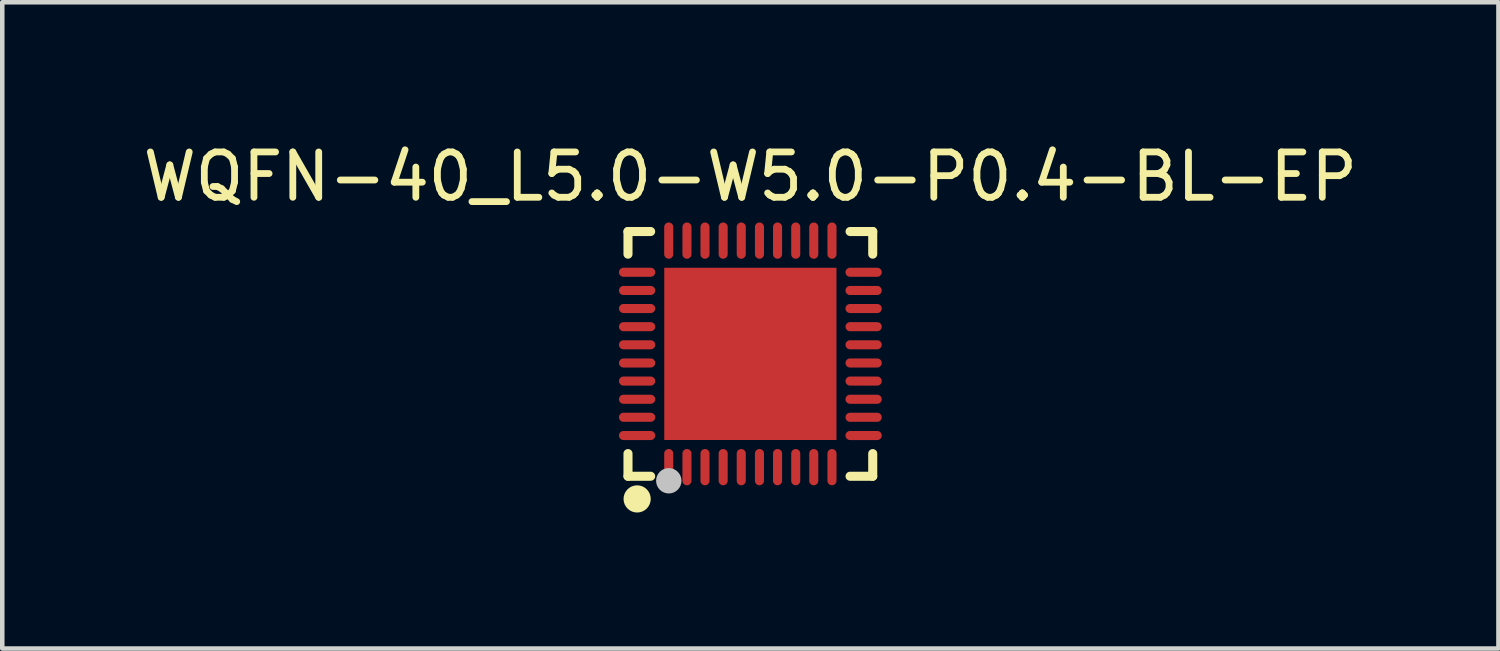
<source format=kicad_pcb>
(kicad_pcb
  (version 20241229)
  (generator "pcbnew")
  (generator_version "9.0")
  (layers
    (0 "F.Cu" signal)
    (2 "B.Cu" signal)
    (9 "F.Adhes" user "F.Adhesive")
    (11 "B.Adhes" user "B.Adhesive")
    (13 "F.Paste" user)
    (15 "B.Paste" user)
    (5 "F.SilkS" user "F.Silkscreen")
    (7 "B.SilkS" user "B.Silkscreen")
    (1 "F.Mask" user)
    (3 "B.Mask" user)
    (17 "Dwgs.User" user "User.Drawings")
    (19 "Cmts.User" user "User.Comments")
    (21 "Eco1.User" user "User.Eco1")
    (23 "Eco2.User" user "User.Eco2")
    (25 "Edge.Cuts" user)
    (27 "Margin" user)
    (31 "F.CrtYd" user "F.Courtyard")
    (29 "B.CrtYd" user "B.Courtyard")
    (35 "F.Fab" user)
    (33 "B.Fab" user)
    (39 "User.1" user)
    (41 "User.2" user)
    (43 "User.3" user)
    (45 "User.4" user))
  (footprint "WQFN-40_L5.0-W5.0-P0.4-BL-EP"
    (layer "F.Cu")
    (at 13.506 4.758)
    (property "Reference" "WQFN-40_L5.0-W5.0-P0.4-BL-EP" (at 0 -3.91 0) (layer "F.SilkS") (effects (font (size 1 1) (thickness 0.15))))
    (fp_line (start -2.7 -2.7) (end -2.7 -2.2) (stroke (width 0.2) (type default)) (layer "F.SilkS"))
    (fp_line (start -2.7 2.7) (end -2.7 2.2) (stroke (width 0.2) (type default)) (layer "F.SilkS"))
    (fp_line (start -2.2 -2.7) (end -2.7 -2.7) (stroke (width 0.2) (type default)) (layer "F.SilkS"))
    (fp_line (start -2.2 2.7) (end -2.7 2.7) (stroke (width 0.2) (type default)) (layer "F.SilkS"))
    (fp_line (start 2.7 -2.7) (end 2.2 -2.7) (stroke (width 0.2) (type default)) (layer "F.SilkS"))
    (fp_line (start 2.7 -2.2) (end 2.7 -2.7) (stroke (width 0.2) (type default)) (layer "F.SilkS"))
    (fp_line (start 2.7 2.2) (end 2.7 2.7) (stroke (width 0.2) (type default)) (layer "F.SilkS"))
    (fp_line (start 2.7 2.7) (end 2.2 2.7) (stroke (width 0.2) (type default)) (layer "F.SilkS"))
    (fp_arc (start -2.4965 3.0505) (mid -2.498 3.350507) (end -2.4995 3.0505) (stroke (width 0.3) (type default)) (layer "F.SilkS"))
    (fp_poly (pts (xy -1.52 -1.52) (xy -1.52 1.52) (xy 1.52 1.52) (xy 1.52 -1.52)) (stroke (width 0) (type default)) (fill yes) (layer "F.Paste"))
    (fp_poly (pts (xy -2.806 -1.101) (xy -2.812 -1.1) (xy -2.819 -1.099) (xy -2.825 -1.097) (xy -2.832 -1.095) (xy -2.837 -1.093) (xy -2.844 -1.091) (xy -2.849 -1.087) (xy -2.855 -1.084) (xy -2.86 -1.08) (xy -2.865 -1.076) (xy -2.87 -1.071) (xy -2.874 -1.067) (xy -2.878 -1.062) (xy -2.882 -1.056) (xy -2.886 -1.05) (xy -2.889 -1.045) (xy -2.892 -1.039) (xy -2.894 -1.033) (xy -2.896 -1.026) (xy -2.897 -1.02) (xy -2.898 -1.014) (xy -2.899 -1.008) (xy -2.9 -1.001) (xy -2.899 -0.994) (xy -2.898 -0.988) (xy -2.897 -0.982) (xy -2.896 -0.975) (xy -2.894 -0.969) (xy -2.892 -0.963) (xy -2.889 -0.957) (xy -2.886 -0.951) (xy -2.882 -0.945) (xy -2.878 -0.94) (xy -2.874 -0.935) (xy -2.87 -0.93) (xy -2.865 -0.925) (xy -2.86 -0.921) (xy -2.855 -0.917) (xy -2.849 -0.914) (xy -2.844 -0.911) (xy -2.837 -0.908) (xy -2.832 -0.906) (xy -2.825 -0.904) (xy -2.819 -0.902) (xy -2.812 -0.901) (xy -2.806 -0.901) (xy -2.8 -0.901) (xy -2.2 -0.901) (xy -2.193 -0.901) (xy -2.187 -0.901) (xy -2.18 -0.902) (xy -2.174 -0.904) (xy -2.167 -0.906) (xy -2.161 -0.908) (xy -2.155 -0.911) (xy -2.15 -0.914) (xy -2.144 -0.917) (xy -2.139 -0.921) (xy -2.134 -0.925) (xy -2.128 -0.93) (xy -2.124 -0.935) (xy -2.12 -0.94) (xy -2.116 -0.945) (xy -2.112 -0.951) (xy -2.11 -0.957) (xy -2.107 -0.963) (xy -2.104 -0.969) (xy -2.103 -0.975) (xy -2.102 -0.982) (xy -2.1 -0.988) (xy -2.099 -0.994) (xy -2.099 -1.001) (xy -2.099 -1.008) (xy -2.1 -1.014) (xy -2.102 -1.02) (xy -2.103 -1.026) (xy -2.104 -1.033) (xy -2.107 -1.039) (xy -2.11 -1.045) (xy -2.112 -1.051) (xy -2.116 -1.056) (xy -2.12 -1.062) (xy -2.124 -1.067) (xy -2.128 -1.071) (xy -2.134 -1.076) (xy -2.139 -1.08) (xy -2.144 -1.084) (xy -2.15 -1.087) (xy -2.155 -1.091) (xy -2.161 -1.093) (xy -2.167 -1.095) (xy -2.174 -1.097) (xy -2.18 -1.099) (xy -2.187 -1.1) (xy -2.193 -1.101) (xy -2.2 -1.101) (xy -2.8 -1.101)) (stroke (width 0) (type default)) (fill yes) (layer "F.Paste"))
    (fp_poly (pts (xy -2.806 -0.3) (xy -2.812 -0.3) (xy -2.819 -0.298) (xy -2.825 -0.297) (xy -2.832 -0.295) (xy -2.837 -0.293) (xy -2.844 -0.29) (xy -2.849 -0.287) (xy -2.855 -0.284) (xy -2.86 -0.28) (xy -2.865 -0.276) (xy -2.87 -0.272) (xy -2.874 -0.267) (xy -2.878 -0.262) (xy -2.882 -0.256) (xy -2.886 -0.251) (xy -2.889 -0.245) (xy -2.892 -0.239) (xy -2.894 -0.233) (xy -2.896 -0.227) (xy -2.897 -0.22) (xy -2.898 -0.213) (xy -2.899 -0.207) (xy -2.9 -0.201) (xy -2.899 -0.194) (xy -2.898 -0.188) (xy -2.897 -0.181) (xy -2.896 -0.175) (xy -2.894 -0.169) (xy -2.892 -0.163) (xy -2.889 -0.157) (xy -2.886 -0.15) (xy -2.882 -0.145) (xy -2.878 -0.14) (xy -2.874 -0.135) (xy -2.87 -0.13) (xy -2.865 -0.126) (xy -2.86 -0.121) (xy -2.855 -0.117) (xy -2.849 -0.114) (xy -2.844 -0.111) (xy -2.837 -0.108) (xy -2.832 -0.106) (xy -2.825 -0.104) (xy -2.819 -0.102) (xy -2.812 -0.102) (xy -2.806 -0.101) (xy -2.8 -0.101) (xy -2.2 -0.101) (xy -2.193 -0.101) (xy -2.187 -0.102) (xy -2.18 -0.102) (xy -2.174 -0.104) (xy -2.167 -0.106) (xy -2.161 -0.108) (xy -2.155 -0.111) (xy -2.15 -0.114) (xy -2.144 -0.117) (xy -2.139 -0.121) (xy -2.134 -0.126) (xy -2.128 -0.13) (xy -2.124 -0.135) (xy -2.12 -0.14) (xy -2.116 -0.145) (xy -2.112 -0.15) (xy -2.11 -0.157) (xy -2.107 -0.163) (xy -2.104 -0.169) (xy -2.103 -0.175) (xy -2.102 -0.181) (xy -2.1 -0.188) (xy -2.099 -0.194) (xy -2.099 -0.201) (xy -2.099 -0.207) (xy -2.1 -0.213) (xy -2.102 -0.22) (xy -2.103 -0.227) (xy -2.104 -0.233) (xy -2.107 -0.239) (xy -2.11 -0.245) (xy -2.112 -0.251) (xy -2.116 -0.256) (xy -2.12 -0.262) (xy -2.124 -0.267) (xy -2.128 -0.272) (xy -2.134 -0.276) (xy -2.139 -0.28) (xy -2.144 -0.284) (xy -2.15 -0.287) (xy -2.155 -0.29) (xy -2.161 -0.293) (xy -2.167 -0.295) (xy -2.174 -0.297) (xy -2.18 -0.298) (xy -2.187 -0.3) (xy -2.193 -0.3) (xy -2.2 -0.3) (xy -2.8 -0.3)) (stroke (width 0) (type default)) (fill yes) (layer "F.Paste"))
    (fp_poly (pts (xy -2.806 0.901) (xy -2.812 0.901) (xy -2.819 0.902) (xy -2.825 0.904) (xy -2.832 0.906) (xy -2.837 0.908) (xy -2.844 0.911) (xy -2.849 0.914) (xy -2.855 0.917) (xy -2.86 0.921) (xy -2.865 0.925) (xy -2.87 0.93) (xy -2.874 0.935) (xy -2.878 0.94) (xy -2.882 0.945) (xy -2.886 0.951) (xy -2.889 0.957) (xy -2.892 0.963) (xy -2.894 0.969) (xy -2.896 0.975) (xy -2.897 0.982) (xy -2.898 0.988) (xy -2.899 0.994) (xy -2.9 1.001) (xy -2.899 1.008) (xy -2.898 1.014) (xy -2.897 1.02) (xy -2.896 1.026) (xy -2.894 1.033) (xy -2.892 1.039) (xy -2.889 1.045) (xy -2.886 1.051) (xy -2.882 1.056) (xy -2.878 1.062) (xy -2.874 1.067) (xy -2.87 1.071) (xy -2.865 1.076) (xy -2.86 1.08) (xy -2.855 1.084) (xy -2.849 1.087) (xy -2.844 1.091) (xy -2.837 1.093) (xy -2.832 1.095) (xy -2.825 1.097) (xy -2.819 1.099) (xy -2.812 1.1) (xy -2.806 1.101) (xy -2.8 1.101) (xy -2.2 1.101) (xy -2.193 1.101) (xy -2.187 1.1) (xy -2.18 1.099) (xy -2.174 1.097) (xy -2.167 1.095) (xy -2.161 1.093) (xy -2.155 1.091) (xy -2.15 1.087) (xy -2.144 1.084) (xy -2.139 1.08) (xy -2.134 1.076) (xy -2.128 1.071) (xy -2.124 1.067) (xy -2.12 1.062) (xy -2.116 1.056) (xy -2.112 1.05) (xy -2.11 1.045) (xy -2.107 1.039) (xy -2.104 1.033) (xy -2.103 1.026) (xy -2.102 1.02) (xy -2.1 1.014) (xy -2.099 1.008) (xy -2.099 1.001) (xy -2.099 0.994) (xy -2.1 0.988) (xy -2.102 0.982) (xy -2.103 0.975) (xy -2.104 0.969) (xy -2.107 0.963) (xy -2.11 0.957) (xy -2.112 0.951) (xy -2.116 0.945) (xy -2.12 0.94) (xy -2.124 0.935) (xy -2.128 0.93) (xy -2.134 0.925) (xy -2.139 0.921) (xy -2.144 0.917) (xy -2.15 0.914) (xy -2.155 0.911) (xy -2.161 0.908) (xy -2.167 0.906) (xy -2.174 0.904) (xy -2.18 0.902) (xy -2.187 0.901) (xy -2.193 0.901) (xy -2.2 0.901) (xy -2.8 0.901)) (stroke (width 0) (type default)) (fill yes) (layer "F.Paste"))
    (fp_poly (pts (xy -2.806 1.701) (xy -2.812 1.702) (xy -2.819 1.703) (xy -2.825 1.704) (xy -2.832 1.706) (xy -2.837 1.708) (xy -2.844 1.711) (xy -2.849 1.714) (xy -2.855 1.718) (xy -2.86 1.722) (xy -2.865 1.726) (xy -2.87 1.73) (xy -2.874 1.735) (xy -2.878 1.74) (xy -2.882 1.746) (xy -2.886 1.751) (xy -2.889 1.756) (xy -2.892 1.762) (xy -2.894 1.768) (xy -2.896 1.775) (xy -2.897 1.782) (xy -2.898 1.788) (xy -2.899 1.794) (xy -2.9 1.801) (xy -2.899 1.808) (xy -2.898 1.814) (xy -2.897 1.821) (xy -2.896 1.827) (xy -2.894 1.833) (xy -2.892 1.839) (xy -2.889 1.845) (xy -2.886 1.851) (xy -2.882 1.857) (xy -2.878 1.861) (xy -2.874 1.867) (xy -2.87 1.871) (xy -2.865 1.876) (xy -2.86 1.88) (xy -2.855 1.884) (xy -2.849 1.887) (xy -2.844 1.891) (xy -2.837 1.893) (xy -2.832 1.895) (xy -2.825 1.897) (xy -2.819 1.899) (xy -2.812 1.9) (xy -2.806 1.901) (xy -2.8 1.901) (xy -2.2 1.901) (xy -2.193 1.901) (xy -2.187 1.9) (xy -2.18 1.899) (xy -2.174 1.897) (xy -2.167 1.895) (xy -2.161 1.893) (xy -2.155 1.891) (xy -2.15 1.887) (xy -2.144 1.884) (xy -2.139 1.88) (xy -2.134 1.876) (xy -2.128 1.871) (xy -2.124 1.867) (xy -2.12 1.861) (xy -2.116 1.857) (xy -2.112 1.851) (xy -2.11 1.845) (xy -2.107 1.839) (xy -2.104 1.833) (xy -2.103 1.827) (xy -2.102 1.821) (xy -2.1 1.814) (xy -2.099 1.808) (xy -2.099 1.801) (xy -2.099 1.794) (xy -2.1 1.788) (xy -2.102 1.782) (xy -2.103 1.775) (xy -2.104 1.768) (xy -2.107 1.762) (xy -2.11 1.756) (xy -2.112 1.751) (xy -2.116 1.746) (xy -2.12 1.74) (xy -2.124 1.735) (xy -2.128 1.73) (xy -2.134 1.726) (xy -2.139 1.722) (xy -2.144 1.718) (xy -2.15 1.714) (xy -2.155 1.711) (xy -2.161 1.708) (xy -2.167 1.706) (xy -2.174 1.704) (xy -2.18 1.703) (xy -2.187 1.702) (xy -2.193 1.701) (xy -2.2 1.701) (xy -2.8 1.701)) (stroke (width 0) (type default)) (fill yes) (layer "F.Paste"))
    (fp_poly (pts (xy -2.187 -1.9) (xy -2.193 -1.901) (xy -2.2 -1.901) (xy -2.8 -1.901) (xy -2.806 -1.901) (xy -2.812 -1.9) (xy -2.819 -1.899) (xy -2.825 -1.897) (xy -2.832 -1.895) (xy -2.837 -1.893) (xy -2.844 -1.891) (xy -2.849 -1.887) (xy -2.855 -1.884) (xy -2.86 -1.88) (xy -2.865 -1.876) (xy -2.87 -1.871) (xy -2.874 -1.867) (xy -2.878 -1.861) (xy -2.882 -1.857) (xy -2.886 -1.851) (xy -2.889 -1.845) (xy -2.892 -1.839) (xy -2.894 -1.833) (xy -2.896 -1.827) (xy -2.897 -1.821) (xy -2.898 -1.814) (xy -2.899 -1.808) (xy -2.9 -1.801) (xy -2.899 -1.794) (xy -2.898 -1.788) (xy -2.897 -1.782) (xy -2.896 -1.775) (xy -2.894 -1.768) (xy -2.892 -1.762) (xy -2.889 -1.756) (xy -2.886 -1.751) (xy -2.882 -1.746) (xy -2.878 -1.74) (xy -2.874 -1.735) (xy -2.87 -1.73) (xy -2.865 -1.726) (xy -2.86 -1.722) (xy -2.855 -1.718) (xy -2.849 -1.714) (xy -2.844 -1.711) (xy -2.837 -1.708) (xy -2.832 -1.706) (xy -2.825 -1.704) (xy -2.819 -1.703) (xy -2.812 -1.702) (xy -2.806 -1.701) (xy -2.8 -1.701) (xy -2.2 -1.701) (xy -2.193 -1.701) (xy -2.187 -1.702) (xy -2.18 -1.703) (xy -2.174 -1.704) (xy -2.167 -1.706) (xy -2.161 -1.708) (xy -2.155 -1.711) (xy -2.15 -1.714) (xy -2.144 -1.718) (xy -2.139 -1.722) (xy -2.134 -1.726) (xy -2.128 -1.73) (xy -2.124 -1.735) (xy -2.12 -1.74) (xy -2.116 -1.746) (xy -2.112 -1.751) (xy -2.11 -1.756) (xy -2.107 -1.762) (xy -2.104 -1.768) (xy -2.103 -1.775) (xy -2.102 -1.782) (xy -2.1 -1.788) (xy -2.099 -1.794) (xy -2.099 -1.801) (xy -2.099 -1.808) (xy -2.1 -1.814) (xy -2.102 -1.821) (xy -2.103 -1.827) (xy -2.104 -1.833) (xy -2.107 -1.839) (xy -2.11 -1.845) (xy -2.112 -1.851) (xy -2.116 -1.857) (xy -2.12 -1.861) (xy -2.124 -1.867) (xy -2.128 -1.871) (xy -2.134 -1.876) (xy -2.139 -1.88) (xy -2.144 -1.884) (xy -2.15 -1.887) (xy -2.155 -1.891) (xy -2.161 -1.893) (xy -2.167 -1.895) (xy -2.174 -1.897) (xy -2.18 -1.899)) (stroke (width 0) (type default)) (fill yes) (layer "F.Paste"))
    (fp_poly (pts (xy -2.187 -1.498) (xy -2.193 -1.5) (xy -2.2 -1.5) (xy -2.8 -1.5) (xy -2.806 -1.5) (xy -2.812 -1.498) (xy -2.819 -1.498) (xy -2.825 -1.496) (xy -2.832 -1.494) (xy -2.837 -1.492) (xy -2.844 -1.489) (xy -2.849 -1.486) (xy -2.855 -1.482) (xy -2.86 -1.479) (xy -2.865 -1.474) (xy -2.87 -1.47) (xy -2.874 -1.466) (xy -2.878 -1.46) (xy -2.882 -1.455) (xy -2.886 -1.45) (xy -2.889 -1.444) (xy -2.892 -1.438) (xy -2.894 -1.431) (xy -2.896 -1.425) (xy -2.897 -1.419) (xy -2.898 -1.413) (xy -2.899 -1.406) (xy -2.9 -1.399) (xy -2.899 -1.393) (xy -2.898 -1.387) (xy -2.897 -1.38) (xy -2.896 -1.373) (xy -2.894 -1.367) (xy -2.892 -1.361) (xy -2.889 -1.355) (xy -2.886 -1.349) (xy -2.882 -1.344) (xy -2.878 -1.339) (xy -2.874 -1.333) (xy -2.87 -1.329) (xy -2.865 -1.325) (xy -2.86 -1.32) (xy -2.855 -1.317) (xy -2.849 -1.313) (xy -2.844 -1.31) (xy -2.837 -1.307) (xy -2.832 -1.305) (xy -2.825 -1.303) (xy -2.819 -1.302) (xy -2.812 -1.3) (xy -2.806 -1.3) (xy -2.8 -1.3) (xy -2.2 -1.3) (xy -2.193 -1.3) (xy -2.187 -1.3) (xy -2.18 -1.302) (xy -2.174 -1.303) (xy -2.167 -1.305) (xy -2.161 -1.307) (xy -2.155 -1.31) (xy -2.15 -1.313) (xy -2.144 -1.317) (xy -2.139 -1.32) (xy -2.134 -1.325) (xy -2.128 -1.329) (xy -2.124 -1.333) (xy -2.12 -1.339) (xy -2.116 -1.344) (xy -2.112 -1.349) (xy -2.11 -1.355) (xy -2.107 -1.361) (xy -2.104 -1.367) (xy -2.103 -1.373) (xy -2.102 -1.38) (xy -2.1 -1.387) (xy -2.099 -1.393) (xy -2.099 -1.399) (xy -2.099 -1.406) (xy -2.1 -1.413) (xy -2.102 -1.419) (xy -2.103 -1.425) (xy -2.104 -1.431) (xy -2.107 -1.438) (xy -2.11 -1.444) (xy -2.112 -1.45) (xy -2.116 -1.455) (xy -2.12 -1.46) (xy -2.124 -1.466) (xy -2.128 -1.47) (xy -2.134 -1.474) (xy -2.139 -1.479) (xy -2.144 -1.482) (xy -2.15 -1.486) (xy -2.155 -1.489) (xy -2.161 -1.492) (xy -2.167 -1.494) (xy -2.174 -1.496) (xy -2.18 -1.498)) (stroke (width 0) (type default)) (fill yes) (layer "F.Paste"))
    (fp_poly (pts (xy -2.187 -0.699) (xy -2.193 -0.699) (xy -2.2 -0.7) (xy -2.8 -0.7) (xy -2.806 -0.699) (xy -2.812 -0.699) (xy -2.819 -0.698) (xy -2.825 -0.696) (xy -2.832 -0.694) (xy -2.837 -0.692) (xy -2.844 -0.689) (xy -2.849 -0.686) (xy -2.855 -0.682) (xy -2.86 -0.679) (xy -2.865 -0.674) (xy -2.87 -0.67) (xy -2.874 -0.665) (xy -2.878 -0.66) (xy -2.882 -0.655) (xy -2.886 -0.649) (xy -2.889 -0.643) (xy -2.892 -0.637) (xy -2.894 -0.631) (xy -2.896 -0.625) (xy -2.897 -0.619) (xy -2.898 -0.613) (xy -2.899 -0.606) (xy -2.9 -0.6) (xy -2.899 -0.593) (xy -2.898 -0.587) (xy -2.897 -0.58) (xy -2.896 -0.574) (xy -2.894 -0.568) (xy -2.892 -0.561) (xy -2.889 -0.555) (xy -2.886 -0.549) (xy -2.882 -0.544) (xy -2.878 -0.538) (xy -2.874 -0.533) (xy -2.87 -0.528) (xy -2.865 -0.524) (xy -2.86 -0.52) (xy -2.855 -0.516) (xy -2.849 -0.513) (xy -2.844 -0.51) (xy -2.837 -0.507) (xy -2.832 -0.504) (xy -2.825 -0.503) (xy -2.819 -0.501) (xy -2.812 -0.5) (xy -2.806 -0.499) (xy -2.8 -0.499) (xy -2.2 -0.499) (xy -2.193 -0.499) (xy -2.187 -0.5) (xy -2.18 -0.501) (xy -2.174 -0.503) (xy -2.167 -0.504) (xy -2.161 -0.507) (xy -2.155 -0.51) (xy -2.15 -0.513) (xy -2.144 -0.516) (xy -2.139 -0.52) (xy -2.134 -0.524) (xy -2.128 -0.528) (xy -2.124 -0.533) (xy -2.12 -0.538) (xy -2.116 -0.544) (xy -2.112 -0.549) (xy -2.11 -0.555) (xy -2.107 -0.561) (xy -2.104 -0.568) (xy -2.103 -0.574) (xy -2.102 -0.58) (xy -2.1 -0.587) (xy -2.099 -0.593) (xy -2.099 -0.6) (xy -2.099 -0.606) (xy -2.1 -0.613) (xy -2.102 -0.619) (xy -2.103 -0.625) (xy -2.104 -0.631) (xy -2.107 -0.637) (xy -2.11 -0.643) (xy -2.112 -0.649) (xy -2.116 -0.655) (xy -2.12 -0.66) (xy -2.124 -0.665) (xy -2.128 -0.67) (xy -2.134 -0.674) (xy -2.139 -0.679) (xy -2.144 -0.682) (xy -2.15 -0.686) (xy -2.155 -0.689) (xy -2.161 -0.692) (xy -2.167 -0.694) (xy -2.174 -0.696) (xy -2.18 -0.698)) (stroke (width 0) (type default)) (fill yes) (layer "F.Paste"))
    (fp_poly (pts (xy -2.187 0.102) (xy -2.193 0.101) (xy -2.2 0.101) (xy -2.8 0.101) (xy -2.806 0.101) (xy -2.812 0.102) (xy -2.819 0.102) (xy -2.825 0.104) (xy -2.832 0.106) (xy -2.837 0.108) (xy -2.844 0.111) (xy -2.849 0.114) (xy -2.855 0.117) (xy -2.86 0.121) (xy -2.865 0.126) (xy -2.87 0.13) (xy -2.874 0.135) (xy -2.878 0.14) (xy -2.882 0.145) (xy -2.886 0.15) (xy -2.889 0.157) (xy -2.892 0.163) (xy -2.894 0.169) (xy -2.896 0.175) (xy -2.897 0.181) (xy -2.898 0.188) (xy -2.899 0.194) (xy -2.9 0.201) (xy -2.899 0.207) (xy -2.898 0.213) (xy -2.897 0.22) (xy -2.896 0.227) (xy -2.894 0.233) (xy -2.892 0.239) (xy -2.889 0.245) (xy -2.886 0.251) (xy -2.882 0.256) (xy -2.878 0.262) (xy -2.874 0.267) (xy -2.87 0.272) (xy -2.865 0.276) (xy -2.86 0.28) (xy -2.855 0.284) (xy -2.849 0.287) (xy -2.844 0.29) (xy -2.837 0.293) (xy -2.832 0.295) (xy -2.825 0.297) (xy -2.819 0.298) (xy -2.812 0.3) (xy -2.806 0.3) (xy -2.8 0.3) (xy -2.2 0.3) (xy -2.193 0.3) (xy -2.187 0.3) (xy -2.18 0.298) (xy -2.174 0.297) (xy -2.167 0.295) (xy -2.161 0.293) (xy -2.155 0.29) (xy -2.15 0.287) (xy -2.144 0.284) (xy -2.139 0.28) (xy -2.134 0.276) (xy -2.128 0.272) (xy -2.124 0.267) (xy -2.12 0.262) (xy -2.116 0.256) (xy -2.112 0.251) (xy -2.11 0.245) (xy -2.107 0.239) (xy -2.104 0.233) (xy -2.103 0.227) (xy -2.102 0.22) (xy -2.1 0.213) (xy -2.099 0.207) (xy -2.099 0.201) (xy -2.099 0.194) (xy -2.1 0.188) (xy -2.102 0.181) (xy -2.103 0.175) (xy -2.104 0.169) (xy -2.107 0.163) (xy -2.11 0.157) (xy -2.112 0.15) (xy -2.116 0.145) (xy -2.12 0.14) (xy -2.124 0.135) (xy -2.128 0.13) (xy -2.134 0.126) (xy -2.139 0.121) (xy -2.144 0.117) (xy -2.15 0.114) (xy -2.155 0.111) (xy -2.161 0.108) (xy -2.167 0.106) (xy -2.174 0.104) (xy -2.18 0.102)) (stroke (width 0) (type default)) (fill yes) (layer "F.Paste"))
    (fp_poly (pts (xy -2.187 0.5) (xy -2.193 0.499) (xy -2.2 0.499) (xy -2.8 0.499) (xy -2.806 0.499) (xy -2.812 0.5) (xy -2.819 0.501) (xy -2.825 0.503) (xy -2.832 0.504) (xy -2.837 0.507) (xy -2.844 0.51) (xy -2.849 0.513) (xy -2.855 0.516) (xy -2.86 0.52) (xy -2.865 0.524) (xy -2.87 0.528) (xy -2.874 0.533) (xy -2.878 0.538) (xy -2.882 0.544) (xy -2.886 0.549) (xy -2.889 0.555) (xy -2.892 0.561) (xy -2.894 0.568) (xy -2.896 0.574) (xy -2.897 0.58) (xy -2.898 0.587) (xy -2.899 0.593) (xy -2.9 0.6) (xy -2.899 0.606) (xy -2.898 0.613) (xy -2.897 0.619) (xy -2.896 0.625) (xy -2.894 0.631) (xy -2.892 0.637) (xy -2.889 0.643) (xy -2.886 0.649) (xy -2.882 0.655) (xy -2.878 0.66) (xy -2.874 0.665) (xy -2.87 0.67) (xy -2.865 0.674) (xy -2.86 0.679) (xy -2.855 0.682) (xy -2.849 0.686) (xy -2.844 0.689) (xy -2.837 0.692) (xy -2.832 0.694) (xy -2.825 0.696) (xy -2.819 0.698) (xy -2.812 0.699) (xy -2.806 0.699) (xy -2.8 0.7) (xy -2.2 0.7) (xy -2.193 0.699) (xy -2.187 0.699) (xy -2.18 0.698) (xy -2.174 0.696) (xy -2.167 0.694) (xy -2.161 0.692) (xy -2.155 0.689) (xy -2.15 0.686) (xy -2.144 0.682) (xy -2.139 0.679) (xy -2.134 0.674) (xy -2.128 0.67) (xy -2.124 0.665) (xy -2.12 0.66) (xy -2.116 0.655) (xy -2.112 0.649) (xy -2.11 0.643) (xy -2.107 0.637) (xy -2.104 0.631) (xy -2.103 0.625) (xy -2.102 0.619) (xy -2.1 0.613) (xy -2.099 0.606) (xy -2.099 0.6) (xy -2.099 0.593) (xy -2.1 0.587) (xy -2.102 0.58) (xy -2.103 0.574) (xy -2.104 0.568) (xy -2.107 0.561) (xy -2.11 0.555) (xy -2.112 0.549) (xy -2.116 0.544) (xy -2.12 0.538) (xy -2.124 0.533) (xy -2.128 0.528) (xy -2.134 0.524) (xy -2.139 0.52) (xy -2.144 0.516) (xy -2.15 0.513) (xy -2.155 0.51) (xy -2.161 0.507) (xy -2.167 0.504) (xy -2.174 0.503) (xy -2.18 0.501)) (stroke (width 0) (type default)) (fill yes) (layer "F.Paste"))
    (fp_poly (pts (xy -2.187 1.3) (xy -2.193 1.3) (xy -2.2 1.3) (xy -2.8 1.3) (xy -2.806 1.3) (xy -2.812 1.3) (xy -2.819 1.302) (xy -2.825 1.303) (xy -2.832 1.305) (xy -2.837 1.307) (xy -2.844 1.31) (xy -2.849 1.313) (xy -2.855 1.317) (xy -2.86 1.32) (xy -2.865 1.325) (xy -2.87 1.329) (xy -2.874 1.333) (xy -2.878 1.339) (xy -2.882 1.344) (xy -2.886 1.349) (xy -2.889 1.355) (xy -2.892 1.361) (xy -2.894 1.367) (xy -2.896 1.373) (xy -2.897 1.38) (xy -2.898 1.387) (xy -2.899 1.393) (xy -2.9 1.399) (xy -2.899 1.406) (xy -2.898 1.413) (xy -2.897 1.419) (xy -2.896 1.425) (xy -2.894 1.431) (xy -2.892 1.438) (xy -2.889 1.444) (xy -2.886 1.45) (xy -2.882 1.455) (xy -2.878 1.46) (xy -2.874 1.466) (xy -2.87 1.47) (xy -2.865 1.474) (xy -2.86 1.479) (xy -2.855 1.482) (xy -2.849 1.486) (xy -2.844 1.489) (xy -2.837 1.492) (xy -2.832 1.494) (xy -2.825 1.496) (xy -2.819 1.498) (xy -2.812 1.498) (xy -2.806 1.5) (xy -2.8 1.5) (xy -2.2 1.5) (xy -2.193 1.5) (xy -2.187 1.498) (xy -2.18 1.498) (xy -2.174 1.496) (xy -2.167 1.494) (xy -2.161 1.492) (xy -2.155 1.489) (xy -2.15 1.486) (xy -2.144 1.482) (xy -2.139 1.479) (xy -2.134 1.474) (xy -2.128 1.47) (xy -2.124 1.466) (xy -2.12 1.46) (xy -2.116 1.455) (xy -2.112 1.45) (xy -2.11 1.444) (xy -2.107 1.438) (xy -2.104 1.431) (xy -2.103 1.425) (xy -2.102 1.419) (xy -2.1 1.413) (xy -2.099 1.406) (xy -2.099 1.399) (xy -2.099 1.393) (xy -2.1 1.387) (xy -2.102 1.38) (xy -2.103 1.373) (xy -2.104 1.367) (xy -2.107 1.361) (xy -2.11 1.355) (xy -2.112 1.349) (xy -2.116 1.344) (xy -2.12 1.339) (xy -2.124 1.333) (xy -2.128 1.329) (xy -2.134 1.325) (xy -2.139 1.32) (xy -2.144 1.317) (xy -2.15 1.313) (xy -2.155 1.31) (xy -2.161 1.307) (xy -2.167 1.305) (xy -2.174 1.303) (xy -2.18 1.302)) (stroke (width 0) (type default)) (fill yes) (layer "F.Paste"))
    (fp_poly (pts (xy -1.788 -2.898) (xy -1.794 -2.899) (xy -1.801 -2.9) (xy -1.808 -2.899) (xy -1.814 -2.898) (xy -1.821 -2.897) (xy -1.827 -2.896) (xy -1.833 -2.894) (xy -1.839 -2.892) (xy -1.845 -2.889) (xy -1.851 -2.886) (xy -1.857 -2.882) (xy -1.861 -2.878) (xy -1.867 -2.874) (xy -1.871 -2.87) (xy -1.876 -2.865) (xy -1.88 -2.86) (xy -1.884 -2.855) (xy -1.887 -2.849) (xy -1.891 -2.844) (xy -1.893 -2.837) (xy -1.895 -2.832) (xy -1.897 -2.825) (xy -1.899 -2.819) (xy -1.9 -2.812) (xy -1.901 -2.806) (xy -1.901 -2.8) (xy -1.901 -2.2) (xy -1.901 -2.193) (xy -1.9 -2.187) (xy -1.899 -2.18) (xy -1.897 -2.174) (xy -1.895 -2.167) (xy -1.893 -2.161) (xy -1.891 -2.155) (xy -1.887 -2.15) (xy -1.884 -2.144) (xy -1.88 -2.139) (xy -1.876 -2.134) (xy -1.871 -2.128) (xy -1.867 -2.124) (xy -1.861 -2.12) (xy -1.857 -2.116) (xy -1.851 -2.112) (xy -1.845 -2.11) (xy -1.839 -2.107) (xy -1.833 -2.104) (xy -1.827 -2.103) (xy -1.821 -2.102) (xy -1.814 -2.1) (xy -1.808 -2.099) (xy -1.801 -2.099) (xy -1.794 -2.099) (xy -1.788 -2.1) (xy -1.782 -2.102) (xy -1.775 -2.103) (xy -1.768 -2.104) (xy -1.762 -2.107) (xy -1.756 -2.11) (xy -1.751 -2.112) (xy -1.746 -2.116) (xy -1.74 -2.12) (xy -1.735 -2.124) (xy -1.73 -2.128) (xy -1.726 -2.134) (xy -1.722 -2.139) (xy -1.718 -2.144) (xy -1.714 -2.15) (xy -1.711 -2.155) (xy -1.708 -2.161) (xy -1.706 -2.167) (xy -1.704 -2.174) (xy -1.703 -2.18) (xy -1.702 -2.187) (xy -1.701 -2.193) (xy -1.701 -2.2) (xy -1.701 -2.8) (xy -1.701 -2.806) (xy -1.702 -2.812) (xy -1.703 -2.819) (xy -1.704 -2.825) (xy -1.706 -2.832) (xy -1.708 -2.837) (xy -1.711 -2.844) (xy -1.714 -2.849) (xy -1.718 -2.855) (xy -1.722 -2.86) (xy -1.726 -2.865) (xy -1.73 -2.87) (xy -1.735 -2.874) (xy -1.74 -2.878) (xy -1.746 -2.882) (xy -1.751 -2.886) (xy -1.756 -2.889) (xy -1.762 -2.892) (xy -1.768 -2.894) (xy -1.775 -2.896) (xy -1.782 -2.897)) (stroke (width 0) (type default)) (fill yes) (layer "F.Paste"))
    (fp_poly (pts (xy -1.788 2.1) (xy -1.794 2.099) (xy -1.801 2.099) (xy -1.808 2.099) (xy -1.814 2.1) (xy -1.821 2.102) (xy -1.827 2.103) (xy -1.833 2.104) (xy -1.839 2.107) (xy -1.845 2.11) (xy -1.851 2.112) (xy -1.857 2.116) (xy -1.861 2.12) (xy -1.867 2.124) (xy -1.871 2.128) (xy -1.876 2.134) (xy -1.88 2.139) (xy -1.884 2.144) (xy -1.887 2.15) (xy -1.891 2.155) (xy -1.893 2.161) (xy -1.895 2.167) (xy -1.897 2.174) (xy -1.899 2.18) (xy -1.9 2.187) (xy -1.901 2.193) (xy -1.901 2.2) (xy -1.901 2.8) (xy -1.901 2.806) (xy -1.9 2.812) (xy -1.899 2.819) (xy -1.897 2.825) (xy -1.895 2.832) (xy -1.893 2.837) (xy -1.891 2.844) (xy -1.887 2.849) (xy -1.884 2.855) (xy -1.88 2.86) (xy -1.876 2.865) (xy -1.871 2.87) (xy -1.867 2.874) (xy -1.861 2.878) (xy -1.857 2.882) (xy -1.851 2.886) (xy -1.845 2.889) (xy -1.839 2.892) (xy -1.833 2.894) (xy -1.827 2.896) (xy -1.821 2.897) (xy -1.814 2.898) (xy -1.808 2.899) (xy -1.801 2.9) (xy -1.794 2.899) (xy -1.788 2.898) (xy -1.782 2.897) (xy -1.775 2.896) (xy -1.768 2.894) (xy -1.762 2.892) (xy -1.756 2.889) (xy -1.751 2.886) (xy -1.746 2.882) (xy -1.74 2.878) (xy -1.735 2.874) (xy -1.73 2.87) (xy -1.726 2.865) (xy -1.722 2.86) (xy -1.718 2.855) (xy -1.714 2.849) (xy -1.711 2.844) (xy -1.708 2.837) (xy -1.706 2.832) (xy -1.704 2.825) (xy -1.703 2.819) (xy -1.702 2.812) (xy -1.701 2.806) (xy -1.701 2.8) (xy -1.701 2.2) (xy -1.701 2.193) (xy -1.702 2.187) (xy -1.703 2.18) (xy -1.704 2.174) (xy -1.706 2.167) (xy -1.708 2.161) (xy -1.711 2.155) (xy -1.714 2.15) (xy -1.718 2.144) (xy -1.722 2.139) (xy -1.726 2.134) (xy -1.73 2.128) (xy -1.735 2.124) (xy -1.74 2.12) (xy -1.746 2.116) (xy -1.751 2.112) (xy -1.756 2.11) (xy -1.762 2.107) (xy -1.768 2.104) (xy -1.775 2.103) (xy -1.782 2.102)) (stroke (width 0) (type default)) (fill yes) (layer "F.Paste"))
    (fp_poly (pts (xy -1.387 -2.898) (xy -1.393 -2.899) (xy -1.399 -2.9) (xy -1.406 -2.899) (xy -1.413 -2.898) (xy -1.419 -2.897) (xy -1.425 -2.896) (xy -1.431 -2.894) (xy -1.438 -2.892) (xy -1.444 -2.889) (xy -1.45 -2.886) (xy -1.455 -2.882) (xy -1.46 -2.878) (xy -1.466 -2.874) (xy -1.47 -2.87) (xy -1.474 -2.865) (xy -1.479 -2.86) (xy -1.482 -2.855) (xy -1.486 -2.849) (xy -1.489 -2.844) (xy -1.492 -2.837) (xy -1.494 -2.832) (xy -1.496 -2.825) (xy -1.498 -2.819) (xy -1.498 -2.812) (xy -1.5 -2.806) (xy -1.5 -2.8) (xy -1.5 -2.2) (xy -1.5 -2.193) (xy -1.498 -2.187) (xy -1.498 -2.18) (xy -1.496 -2.174) (xy -1.494 -2.167) (xy -1.492 -2.161) (xy -1.489 -2.155) (xy -1.486 -2.15) (xy -1.482 -2.144) (xy -1.479 -2.139) (xy -1.474 -2.134) (xy -1.47 -2.128) (xy -1.466 -2.124) (xy -1.46 -2.12) (xy -1.455 -2.116) (xy -1.45 -2.112) (xy -1.444 -2.11) (xy -1.438 -2.107) (xy -1.431 -2.104) (xy -1.425 -2.103) (xy -1.419 -2.102) (xy -1.413 -2.1) (xy -1.406 -2.099) (xy -1.399 -2.099) (xy -1.393 -2.099) (xy -1.387 -2.1) (xy -1.38 -2.102) (xy -1.373 -2.103) (xy -1.367 -2.104) (xy -1.361 -2.107) (xy -1.355 -2.11) (xy -1.349 -2.112) (xy -1.344 -2.116) (xy -1.339 -2.12) (xy -1.333 -2.124) (xy -1.329 -2.128) (xy -1.325 -2.134) (xy -1.32 -2.139) (xy -1.317 -2.144) (xy -1.313 -2.15) (xy -1.31 -2.155) (xy -1.307 -2.161) (xy -1.305 -2.167) (xy -1.303 -2.174) (xy -1.302 -2.18) (xy -1.3 -2.187) (xy -1.3 -2.193) (xy -1.3 -2.2) (xy -1.3 -2.8) (xy -1.3 -2.806) (xy -1.3 -2.812) (xy -1.302 -2.819) (xy -1.303 -2.825) (xy -1.305 -2.832) (xy -1.307 -2.837) (xy -1.31 -2.844) (xy -1.313 -2.849) (xy -1.317 -2.855) (xy -1.32 -2.86) (xy -1.325 -2.865) (xy -1.329 -2.87) (xy -1.333 -2.874) (xy -1.339 -2.878) (xy -1.344 -2.882) (xy -1.349 -2.886) (xy -1.355 -2.889) (xy -1.361 -2.892) (xy -1.367 -2.894) (xy -1.373 -2.896) (xy -1.38 -2.897)) (stroke (width 0) (type default)) (fill yes) (layer "F.Paste"))
    (fp_poly (pts (xy -1.387 2.1) (xy -1.393 2.099) (xy -1.399 2.099) (xy -1.406 2.099) (xy -1.413 2.1) (xy -1.419 2.102) (xy -1.425 2.103) (xy -1.431 2.104) (xy -1.438 2.107) (xy -1.444 2.11) (xy -1.45 2.112) (xy -1.455 2.116) (xy -1.46 2.12) (xy -1.466 2.124) (xy -1.47 2.128) (xy -1.474 2.134) (xy -1.479 2.139) (xy -1.482 2.144) (xy -1.486 2.15) (xy -1.489 2.155) (xy -1.492 2.161) (xy -1.494 2.167) (xy -1.496 2.174) (xy -1.498 2.18) (xy -1.498 2.187) (xy -1.5 2.193) (xy -1.5 2.2) (xy -1.5 2.8) (xy -1.5 2.806) (xy -1.498 2.812) (xy -1.498 2.819) (xy -1.496 2.825) (xy -1.494 2.832) (xy -1.492 2.837) (xy -1.489 2.844) (xy -1.486 2.849) (xy -1.482 2.855) (xy -1.479 2.86) (xy -1.474 2.865) (xy -1.47 2.87) (xy -1.466 2.874) (xy -1.46 2.878) (xy -1.455 2.882) (xy -1.45 2.886) (xy -1.444 2.889) (xy -1.438 2.892) (xy -1.431 2.894) (xy -1.425 2.896) (xy -1.419 2.897) (xy -1.413 2.898) (xy -1.406 2.899) (xy -1.399 2.9) (xy -1.393 2.899) (xy -1.387 2.898) (xy -1.38 2.897) (xy -1.373 2.896) (xy -1.367 2.894) (xy -1.361 2.892) (xy -1.355 2.889) (xy -1.349 2.886) (xy -1.344 2.882) (xy -1.339 2.878) (xy -1.333 2.874) (xy -1.329 2.87) (xy -1.325 2.865) (xy -1.32 2.86) (xy -1.317 2.855) (xy -1.313 2.849) (xy -1.31 2.844) (xy -1.307 2.837) (xy -1.305 2.832) (xy -1.303 2.825) (xy -1.302 2.819) (xy -1.3 2.812) (xy -1.3 2.806) (xy -1.3 2.8) (xy -1.3 2.2) (xy -1.3 2.193) (xy -1.3 2.187) (xy -1.302 2.18) (xy -1.303 2.174) (xy -1.305 2.167) (xy -1.307 2.161) (xy -1.31 2.155) (xy -1.313 2.15) (xy -1.317 2.144) (xy -1.32 2.139) (xy -1.325 2.134) (xy -1.329 2.128) (xy -1.333 2.124) (xy -1.339 2.12) (xy -1.344 2.116) (xy -1.349 2.112) (xy -1.355 2.11) (xy -1.361 2.107) (xy -1.367 2.104) (xy -1.373 2.103) (xy -1.38 2.102)) (stroke (width 0) (type default)) (fill yes) (layer "F.Paste"))
    (fp_poly (pts (xy -0.988 -2.898) (xy -0.994 -2.899) (xy -1.001 -2.9) (xy -1.008 -2.899) (xy -1.014 -2.898) (xy -1.02 -2.897) (xy -1.026 -2.896) (xy -1.033 -2.894) (xy -1.039 -2.892) (xy -1.045 -2.889) (xy -1.051 -2.886) (xy -1.056 -2.882) (xy -1.062 -2.878) (xy -1.067 -2.874) (xy -1.071 -2.87) (xy -1.076 -2.865) (xy -1.08 -2.86) (xy -1.084 -2.855) (xy -1.087 -2.849) (xy -1.091 -2.844) (xy -1.093 -2.837) (xy -1.095 -2.832) (xy -1.097 -2.825) (xy -1.099 -2.819) (xy -1.1 -2.812) (xy -1.101 -2.806) (xy -1.101 -2.8) (xy -1.101 -2.2) (xy -1.101 -2.193) (xy -1.1 -2.187) (xy -1.099 -2.18) (xy -1.097 -2.174) (xy -1.095 -2.167) (xy -1.093 -2.161) (xy -1.091 -2.155) (xy -1.087 -2.15) (xy -1.084 -2.144) (xy -1.08 -2.139) (xy -1.076 -2.134) (xy -1.071 -2.128) (xy -1.067 -2.124) (xy -1.062 -2.12) (xy -1.056 -2.116) (xy -1.05 -2.112) (xy -1.045 -2.11) (xy -1.039 -2.107) (xy -1.033 -2.104) (xy -1.026 -2.103) (xy -1.02 -2.102) (xy -1.014 -2.1) (xy -1.008 -2.099) (xy -1.001 -2.099) (xy -0.994 -2.099) (xy -0.988 -2.1) (xy -0.982 -2.102) (xy -0.975 -2.103) (xy -0.969 -2.104) (xy -0.963 -2.107) (xy -0.957 -2.11) (xy -0.951 -2.112) (xy -0.945 -2.116) (xy -0.94 -2.12) (xy -0.935 -2.124) (xy -0.93 -2.128) (xy -0.925 -2.134) (xy -0.921 -2.139) (xy -0.917 -2.144) (xy -0.914 -2.15) (xy -0.911 -2.155) (xy -0.908 -2.161) (xy -0.906 -2.167) (xy -0.904 -2.174) (xy -0.902 -2.18) (xy -0.901 -2.187) (xy -0.901 -2.193) (xy -0.901 -2.2) (xy -0.901 -2.8) (xy -0.901 -2.806) (xy -0.901 -2.812) (xy -0.902 -2.819) (xy -0.904 -2.825) (xy -0.906 -2.832) (xy -0.908 -2.837) (xy -0.911 -2.844) (xy -0.914 -2.849) (xy -0.917 -2.855) (xy -0.921 -2.86) (xy -0.925 -2.865) (xy -0.93 -2.87) (xy -0.935 -2.874) (xy -0.94 -2.878) (xy -0.945 -2.882) (xy -0.951 -2.886) (xy -0.957 -2.889) (xy -0.963 -2.892) (xy -0.969 -2.894) (xy -0.975 -2.896) (xy -0.982 -2.897)) (stroke (width 0) (type default)) (fill yes) (layer "F.Paste"))
    (fp_poly (pts (xy -0.988 2.1) (xy -0.994 2.099) (xy -1.001 2.099) (xy -1.008 2.099) (xy -1.014 2.1) (xy -1.02 2.102) (xy -1.026 2.103) (xy -1.033 2.104) (xy -1.039 2.107) (xy -1.045 2.11) (xy -1.051 2.112) (xy -1.056 2.116) (xy -1.062 2.12) (xy -1.067 2.124) (xy -1.071 2.128) (xy -1.076 2.134) (xy -1.08 2.139) (xy -1.084 2.144) (xy -1.087 2.15) (xy -1.091 2.155) (xy -1.093 2.161) (xy -1.095 2.167) (xy -1.097 2.174) (xy -1.099 2.18) (xy -1.1 2.187) (xy -1.101 2.193) (xy -1.101 2.2) (xy -1.101 2.8) (xy -1.101 2.806) (xy -1.1 2.812) (xy -1.099 2.819) (xy -1.097 2.825) (xy -1.095 2.832) (xy -1.093 2.837) (xy -1.091 2.844) (xy -1.087 2.849) (xy -1.084 2.855) (xy -1.08 2.86) (xy -1.076 2.865) (xy -1.071 2.87) (xy -1.067 2.874) (xy -1.062 2.878) (xy -1.056 2.882) (xy -1.05 2.886) (xy -1.045 2.889) (xy -1.039 2.892) (xy -1.033 2.894) (xy -1.026 2.896) (xy -1.02 2.897) (xy -1.014 2.898) (xy -1.008 2.899) (xy -1.001 2.9) (xy -0.994 2.899) (xy -0.988 2.898) (xy -0.982 2.897) (xy -0.975 2.896) (xy -0.969 2.894) (xy -0.963 2.892) (xy -0.957 2.889) (xy -0.951 2.886) (xy -0.945 2.882) (xy -0.94 2.878) (xy -0.935 2.874) (xy -0.93 2.87) (xy -0.925 2.865) (xy -0.921 2.86) (xy -0.917 2.855) (xy -0.914 2.849) (xy -0.911 2.844) (xy -0.908 2.837) (xy -0.906 2.832) (xy -0.904 2.825) (xy -0.902 2.819) (xy -0.901 2.812) (xy -0.901 2.806) (xy -0.901 2.8) (xy -0.901 2.2) (xy -0.901 2.193) (xy -0.901 2.187) (xy -0.902 2.18) (xy -0.904 2.174) (xy -0.906 2.167) (xy -0.908 2.161) (xy -0.911 2.155) (xy -0.914 2.15) (xy -0.917 2.144) (xy -0.921 2.139) (xy -0.925 2.134) (xy -0.93 2.128) (xy -0.935 2.124) (xy -0.94 2.12) (xy -0.945 2.116) (xy -0.951 2.112) (xy -0.957 2.11) (xy -0.963 2.107) (xy -0.969 2.104) (xy -0.975 2.103) (xy -0.982 2.102)) (stroke (width 0) (type default)) (fill yes) (layer "F.Paste"))
    (fp_poly (pts (xy -0.587 -2.898) (xy -0.593 -2.899) (xy -0.6 -2.9) (xy -0.606 -2.899) (xy -0.613 -2.898) (xy -0.619 -2.897) (xy -0.625 -2.896) (xy -0.631 -2.894) (xy -0.637 -2.892) (xy -0.643 -2.889) (xy -0.649 -2.886) (xy -0.655 -2.882) (xy -0.66 -2.878) (xy -0.665 -2.874) (xy -0.67 -2.87) (xy -0.674 -2.865) (xy -0.679 -2.86) (xy -0.682 -2.855) (xy -0.686 -2.849) (xy -0.689 -2.844) (xy -0.692 -2.837) (xy -0.694 -2.832) (xy -0.696 -2.825) (xy -0.698 -2.819) (xy -0.699 -2.812) (xy -0.699 -2.806) (xy -0.7 -2.8) (xy -0.7 -2.2) (xy -0.699 -2.193) (xy -0.699 -2.187) (xy -0.698 -2.18) (xy -0.696 -2.174) (xy -0.694 -2.167) (xy -0.692 -2.161) (xy -0.689 -2.155) (xy -0.686 -2.15) (xy -0.682 -2.144) (xy -0.679 -2.139) (xy -0.674 -2.134) (xy -0.67 -2.128) (xy -0.665 -2.124) (xy -0.66 -2.12) (xy -0.655 -2.116) (xy -0.649 -2.112) (xy -0.643 -2.11) (xy -0.637 -2.107) (xy -0.631 -2.104) (xy -0.625 -2.103) (xy -0.619 -2.102) (xy -0.613 -2.1) (xy -0.606 -2.099) (xy -0.6 -2.099) (xy -0.593 -2.099) (xy -0.587 -2.1) (xy -0.58 -2.102) (xy -0.574 -2.103) (xy -0.568 -2.104) (xy -0.561 -2.107) (xy -0.555 -2.11) (xy -0.549 -2.112) (xy -0.544 -2.116) (xy -0.538 -2.12) (xy -0.533 -2.124) (xy -0.528 -2.128) (xy -0.524 -2.134) (xy -0.52 -2.139) (xy -0.516 -2.144) (xy -0.513 -2.15) (xy -0.51 -2.155) (xy -0.507 -2.161) (xy -0.504 -2.167) (xy -0.503 -2.174) (xy -0.501 -2.18) (xy -0.5 -2.187) (xy -0.499 -2.193) (xy -0.499 -2.2) (xy -0.499 -2.8) (xy -0.499 -2.806) (xy -0.5 -2.812) (xy -0.501 -2.819) (xy -0.503 -2.825) (xy -0.504 -2.832) (xy -0.507 -2.837) (xy -0.51 -2.844) (xy -0.513 -2.849) (xy -0.516 -2.855) (xy -0.52 -2.86) (xy -0.524 -2.865) (xy -0.528 -2.87) (xy -0.533 -2.874) (xy -0.538 -2.878) (xy -0.544 -2.882) (xy -0.549 -2.886) (xy -0.555 -2.889) (xy -0.561 -2.892) (xy -0.568 -2.894) (xy -0.574 -2.896) (xy -0.58 -2.897)) (stroke (width 0) (type default)) (fill yes) (layer "F.Paste"))
    (fp_poly (pts (xy -0.587 2.1) (xy -0.593 2.099) (xy -0.6 2.099) (xy -0.606 2.099) (xy -0.613 2.1) (xy -0.619 2.102) (xy -0.625 2.103) (xy -0.631 2.104) (xy -0.637 2.107) (xy -0.643 2.11) (xy -0.649 2.112) (xy -0.655 2.116) (xy -0.66 2.12) (xy -0.665 2.124) (xy -0.67 2.128) (xy -0.674 2.134) (xy -0.679 2.139) (xy -0.682 2.144) (xy -0.686 2.15) (xy -0.689 2.155) (xy -0.692 2.161) (xy -0.694 2.167) (xy -0.696 2.174) (xy -0.698 2.18) (xy -0.699 2.187) (xy -0.699 2.193) (xy -0.7 2.2) (xy -0.7 2.8) (xy -0.699 2.806) (xy -0.699 2.812) (xy -0.698 2.819) (xy -0.696 2.825) (xy -0.694 2.832) (xy -0.692 2.837) (xy -0.689 2.844) (xy -0.686 2.849) (xy -0.682 2.855) (xy -0.679 2.86) (xy -0.674 2.865) (xy -0.67 2.87) (xy -0.665 2.874) (xy -0.66 2.878) (xy -0.655 2.882) (xy -0.649 2.886) (xy -0.643 2.889) (xy -0.637 2.892) (xy -0.631 2.894) (xy -0.625 2.896) (xy -0.619 2.897) (xy -0.613 2.898) (xy -0.606 2.899) (xy -0.6 2.9) (xy -0.593 2.899) (xy -0.587 2.898) (xy -0.58 2.897) (xy -0.574 2.896) (xy -0.568 2.894) (xy -0.561 2.892) (xy -0.555 2.889) (xy -0.549 2.886) (xy -0.544 2.882) (xy -0.538 2.878) (xy -0.533 2.874) (xy -0.528 2.87) (xy -0.524 2.865) (xy -0.52 2.86) (xy -0.516 2.855) (xy -0.513 2.849) (xy -0.51 2.844) (xy -0.507 2.837) (xy -0.504 2.832) (xy -0.503 2.825) (xy -0.501 2.819) (xy -0.5 2.812) (xy -0.499 2.806) (xy -0.499 2.8) (xy -0.499 2.2) (xy -0.499 2.193) (xy -0.5 2.187) (xy -0.501 2.18) (xy -0.503 2.174) (xy -0.504 2.167) (xy -0.507 2.161) (xy -0.51 2.155) (xy -0.513 2.15) (xy -0.516 2.144) (xy -0.52 2.139) (xy -0.524 2.134) (xy -0.528 2.128) (xy -0.533 2.124) (xy -0.538 2.12) (xy -0.544 2.116) (xy -0.549 2.112) (xy -0.555 2.11) (xy -0.561 2.107) (xy -0.568 2.104) (xy -0.574 2.103) (xy -0.58 2.102)) (stroke (width 0) (type default)) (fill yes) (layer "F.Paste"))
    (fp_poly (pts (xy -0.188 -2.898) (xy -0.194 -2.899) (xy -0.201 -2.9) (xy -0.207 -2.899) (xy -0.213 -2.898) (xy -0.22 -2.897) (xy -0.227 -2.896) (xy -0.233 -2.894) (xy -0.239 -2.892) (xy -0.245 -2.889) (xy -0.251 -2.886) (xy -0.256 -2.882) (xy -0.262 -2.878) (xy -0.267 -2.874) (xy -0.272 -2.87) (xy -0.276 -2.865) (xy -0.28 -2.86) (xy -0.284 -2.855) (xy -0.287 -2.849) (xy -0.29 -2.844) (xy -0.293 -2.837) (xy -0.295 -2.832) (xy -0.297 -2.825) (xy -0.298 -2.819) (xy -0.3 -2.812) (xy -0.3 -2.806) (xy -0.3 -2.8) (xy -0.3 -2.2) (xy -0.3 -2.193) (xy -0.3 -2.187) (xy -0.298 -2.18) (xy -0.297 -2.174) (xy -0.295 -2.167) (xy -0.293 -2.161) (xy -0.29 -2.155) (xy -0.287 -2.15) (xy -0.284 -2.144) (xy -0.28 -2.139) (xy -0.276 -2.134) (xy -0.272 -2.128) (xy -0.267 -2.124) (xy -0.262 -2.12) (xy -0.256 -2.116) (xy -0.251 -2.112) (xy -0.245 -2.11) (xy -0.239 -2.107) (xy -0.233 -2.104) (xy -0.227 -2.103) (xy -0.22 -2.102) (xy -0.213 -2.1) (xy -0.207 -2.099) (xy -0.201 -2.099) (xy -0.194 -2.099) (xy -0.188 -2.1) (xy -0.181 -2.102) (xy -0.175 -2.103) (xy -0.169 -2.104) (xy -0.163 -2.107) (xy -0.157 -2.11) (xy -0.15 -2.112) (xy -0.145 -2.116) (xy -0.14 -2.12) (xy -0.135 -2.124) (xy -0.13 -2.128) (xy -0.126 -2.134) (xy -0.121 -2.139) (xy -0.117 -2.144) (xy -0.114 -2.15) (xy -0.111 -2.155) (xy -0.108 -2.161) (xy -0.106 -2.167) (xy -0.104 -2.174) (xy -0.102 -2.18) (xy -0.102 -2.187) (xy -0.101 -2.193) (xy -0.101 -2.2) (xy -0.101 -2.8) (xy -0.101 -2.806) (xy -0.102 -2.812) (xy -0.102 -2.819) (xy -0.104 -2.825) (xy -0.106 -2.832) (xy -0.108 -2.837) (xy -0.111 -2.844) (xy -0.114 -2.849) (xy -0.117 -2.855) (xy -0.121 -2.86) (xy -0.126 -2.865) (xy -0.13 -2.87) (xy -0.135 -2.874) (xy -0.14 -2.878) (xy -0.145 -2.882) (xy -0.15 -2.886) (xy -0.157 -2.889) (xy -0.163 -2.892) (xy -0.169 -2.894) (xy -0.175 -2.896) (xy -0.181 -2.897)) (stroke (width 0) (type default)) (fill yes) (layer "F.Paste"))
    (fp_poly (pts (xy -0.188 2.1) (xy -0.194 2.099) (xy -0.201 2.099) (xy -0.207 2.099) (xy -0.213 2.1) (xy -0.22 2.102) (xy -0.227 2.103) (xy -0.233 2.104) (xy -0.239 2.107) (xy -0.245 2.11) (xy -0.251 2.112) (xy -0.256 2.116) (xy -0.262 2.12) (xy -0.267 2.124) (xy -0.272 2.128) (xy -0.276 2.134) (xy -0.28 2.139) (xy -0.284 2.144) (xy -0.287 2.15) (xy -0.29 2.155) (xy -0.293 2.161) (xy -0.295 2.167) (xy -0.297 2.174) (xy -0.298 2.18) (xy -0.3 2.187) (xy -0.3 2.193) (xy -0.3 2.2) (xy -0.3 2.8) (xy -0.3 2.806) (xy -0.3 2.812) (xy -0.298 2.819) (xy -0.297 2.825) (xy -0.295 2.832) (xy -0.293 2.837) (xy -0.29 2.844) (xy -0.287 2.849) (xy -0.284 2.855) (xy -0.28 2.86) (xy -0.276 2.865) (xy -0.272 2.87) (xy -0.267 2.874) (xy -0.262 2.878) (xy -0.256 2.882) (xy -0.251 2.886) (xy -0.245 2.889) (xy -0.239 2.892) (xy -0.233 2.894) (xy -0.227 2.896) (xy -0.22 2.897) (xy -0.213 2.898) (xy -0.207 2.899) (xy -0.201 2.9) (xy -0.194 2.899) (xy -0.188 2.898) (xy -0.181 2.897) (xy -0.175 2.896) (xy -0.169 2.894) (xy -0.163 2.892) (xy -0.157 2.889) (xy -0.15 2.886) (xy -0.145 2.882) (xy -0.14 2.878) (xy -0.135 2.874) (xy -0.13 2.87) (xy -0.126 2.865) (xy -0.121 2.86) (xy -0.117 2.855) (xy -0.114 2.849) (xy -0.111 2.844) (xy -0.108 2.837) (xy -0.106 2.832) (xy -0.104 2.825) (xy -0.102 2.819) (xy -0.102 2.812) (xy -0.101 2.806) (xy -0.101 2.8) (xy -0.101 2.2) (xy -0.101 2.193) (xy -0.102 2.187) (xy -0.102 2.18) (xy -0.104 2.174) (xy -0.106 2.167) (xy -0.108 2.161) (xy -0.111 2.155) (xy -0.114 2.15) (xy -0.117 2.144) (xy -0.121 2.139) (xy -0.126 2.134) (xy -0.13 2.128) (xy -0.135 2.124) (xy -0.14 2.12) (xy -0.145 2.116) (xy -0.15 2.112) (xy -0.157 2.11) (xy -0.163 2.107) (xy -0.169 2.104) (xy -0.175 2.103) (xy -0.181 2.102)) (stroke (width 0) (type default)) (fill yes) (layer "F.Paste"))
    (fp_poly (pts (xy 0.213 -2.898) (xy 0.207 -2.899) (xy 0.201 -2.9) (xy 0.194 -2.899) (xy 0.188 -2.898) (xy 0.181 -2.897) (xy 0.175 -2.896) (xy 0.169 -2.894) (xy 0.163 -2.892) (xy 0.157 -2.889) (xy 0.15 -2.886) (xy 0.145 -2.882) (xy 0.14 -2.878) (xy 0.135 -2.874) (xy 0.13 -2.87) (xy 0.126 -2.865) (xy 0.121 -2.86) (xy 0.117 -2.855) (xy 0.114 -2.849) (xy 0.111 -2.844) (xy 0.108 -2.837) (xy 0.106 -2.832) (xy 0.104 -2.825) (xy 0.102 -2.819) (xy 0.102 -2.812) (xy 0.101 -2.806) (xy 0.101 -2.8) (xy 0.101 -2.2) (xy 0.101 -2.193) (xy 0.102 -2.187) (xy 0.102 -2.18) (xy 0.104 -2.174) (xy 0.106 -2.167) (xy 0.108 -2.161) (xy 0.111 -2.155) (xy 0.114 -2.15) (xy 0.117 -2.144) (xy 0.121 -2.139) (xy 0.126 -2.134) (xy 0.13 -2.128) (xy 0.135 -2.124) (xy 0.14 -2.12) (xy 0.145 -2.116) (xy 0.15 -2.112) (xy 0.157 -2.11) (xy 0.163 -2.107) (xy 0.169 -2.104) (xy 0.175 -2.103) (xy 0.181 -2.102) (xy 0.188 -2.1) (xy 0.194 -2.099) (xy 0.201 -2.099) (xy 0.207 -2.099) (xy 0.213 -2.1) (xy 0.22 -2.102) (xy 0.227 -2.103) (xy 0.233 -2.104) (xy 0.239 -2.107) (xy 0.245 -2.11) (xy 0.251 -2.112) (xy 0.256 -2.116) (xy 0.262 -2.12) (xy 0.267 -2.124) (xy 0.272 -2.128) (xy 0.276 -2.134) (xy 0.28 -2.139) (xy 0.284 -2.144) (xy 0.287 -2.15) (xy 0.29 -2.155) (xy 0.293 -2.161) (xy 0.295 -2.167) (xy 0.297 -2.174) (xy 0.298 -2.18) (xy 0.3 -2.187) (xy 0.3 -2.193) (xy 0.3 -2.2) (xy 0.3 -2.8) (xy 0.3 -2.806) (xy 0.3 -2.812) (xy 0.298 -2.819) (xy 0.297 -2.825) (xy 0.295 -2.832) (xy 0.293 -2.837) (xy 0.29 -2.844) (xy 0.287 -2.849) (xy 0.284 -2.855) (xy 0.28 -2.86) (xy 0.276 -2.865) (xy 0.272 -2.87) (xy 0.267 -2.874) (xy 0.262 -2.878) (xy 0.256 -2.882) (xy 0.251 -2.886) (xy 0.245 -2.889) (xy 0.239 -2.892) (xy 0.233 -2.894) (xy 0.227 -2.896) (xy 0.22 -2.897)) (stroke (width 0) (type default)) (fill yes) (layer "F.Paste"))
    (fp_poly (pts (xy 0.213 2.1) (xy 0.207 2.099) (xy 0.201 2.099) (xy 0.194 2.099) (xy 0.188 2.1) (xy 0.181 2.102) (xy 0.175 2.103) (xy 0.169 2.104) (xy 0.163 2.107) (xy 0.157 2.11) (xy 0.15 2.112) (xy 0.145 2.116) (xy 0.14 2.12) (xy 0.135 2.124) (xy 0.13 2.128) (xy 0.126 2.134) (xy 0.121 2.139) (xy 0.117 2.144) (xy 0.114 2.15) (xy 0.111 2.155) (xy 0.108 2.161) (xy 0.106 2.167) (xy 0.104 2.174) (xy 0.102 2.18) (xy 0.102 2.187) (xy 0.101 2.193) (xy 0.101 2.2) (xy 0.101 2.8) (xy 0.101 2.806) (xy 0.102 2.812) (xy 0.102 2.819) (xy 0.104 2.825) (xy 0.106 2.832) (xy 0.108 2.837) (xy 0.111 2.844) (xy 0.114 2.849) (xy 0.117 2.855) (xy 0.121 2.86) (xy 0.126 2.865) (xy 0.13 2.87) (xy 0.135 2.874) (xy 0.14 2.878) (xy 0.145 2.882) (xy 0.15 2.886) (xy 0.157 2.889) (xy 0.163 2.892) (xy 0.169 2.894) (xy 0.175 2.896) (xy 0.181 2.897) (xy 0.188 2.898) (xy 0.194 2.899) (xy 0.201 2.9) (xy 0.207 2.899) (xy 0.213 2.898) (xy 0.22 2.897) (xy 0.227 2.896) (xy 0.233 2.894) (xy 0.239 2.892) (xy 0.245 2.889) (xy 0.251 2.886) (xy 0.256 2.882) (xy 0.262 2.878) (xy 0.267 2.874) (xy 0.272 2.87) (xy 0.276 2.865) (xy 0.28 2.86) (xy 0.284 2.855) (xy 0.287 2.849) (xy 0.29 2.844) (xy 0.293 2.837) (xy 0.295 2.832) (xy 0.297 2.825) (xy 0.298 2.819) (xy 0.3 2.812) (xy 0.3 2.806) (xy 0.3 2.8) (xy 0.3 2.2) (xy 0.3 2.193) (xy 0.3 2.187) (xy 0.298 2.18) (xy 0.297 2.174) (xy 0.295 2.167) (xy 0.293 2.161) (xy 0.29 2.155) (xy 0.287 2.15) (xy 0.284 2.144) (xy 0.28 2.139) (xy 0.276 2.134) (xy 0.272 2.128) (xy 0.267 2.124) (xy 0.262 2.12) (xy 0.256 2.116) (xy 0.251 2.112) (xy 0.245 2.11) (xy 0.239 2.107) (xy 0.233 2.104) (xy 0.227 2.103) (xy 0.22 2.102)) (stroke (width 0) (type default)) (fill yes) (layer "F.Paste"))
    (fp_poly (pts (xy 0.613 -2.898) (xy 0.606 -2.899) (xy 0.6 -2.9) (xy 0.593 -2.899) (xy 0.587 -2.898) (xy 0.58 -2.897) (xy 0.574 -2.896) (xy 0.568 -2.894) (xy 0.561 -2.892) (xy 0.555 -2.889) (xy 0.549 -2.886) (xy 0.544 -2.882) (xy 0.538 -2.878) (xy 0.533 -2.874) (xy 0.528 -2.87) (xy 0.524 -2.865) (xy 0.52 -2.86) (xy 0.516 -2.855) (xy 0.513 -2.849) (xy 0.51 -2.844) (xy 0.507 -2.837) (xy 0.504 -2.832) (xy 0.503 -2.825) (xy 0.501 -2.819) (xy 0.5 -2.812) (xy 0.499 -2.806) (xy 0.499 -2.8) (xy 0.499 -2.2) (xy 0.499 -2.193) (xy 0.5 -2.187) (xy 0.501 -2.18) (xy 0.503 -2.174) (xy 0.504 -2.167) (xy 0.507 -2.161) (xy 0.51 -2.155) (xy 0.513 -2.15) (xy 0.516 -2.144) (xy 0.52 -2.139) (xy 0.524 -2.134) (xy 0.528 -2.128) (xy 0.533 -2.124) (xy 0.538 -2.12) (xy 0.544 -2.116) (xy 0.549 -2.112) (xy 0.555 -2.11) (xy 0.561 -2.107) (xy 0.568 -2.104) (xy 0.574 -2.103) (xy 0.58 -2.102) (xy 0.587 -2.1) (xy 0.593 -2.099) (xy 0.6 -2.099) (xy 0.606 -2.099) (xy 0.613 -2.1) (xy 0.619 -2.102) (xy 0.625 -2.103) (xy 0.631 -2.104) (xy 0.637 -2.107) (xy 0.643 -2.11) (xy 0.649 -2.112) (xy 0.655 -2.116) (xy 0.66 -2.12) (xy 0.665 -2.124) (xy 0.67 -2.128) (xy 0.674 -2.134) (xy 0.679 -2.139) (xy 0.682 -2.144) (xy 0.686 -2.15) (xy 0.689 -2.155) (xy 0.692 -2.161) (xy 0.694 -2.167) (xy 0.696 -2.174) (xy 0.698 -2.18) (xy 0.699 -2.187) (xy 0.699 -2.193) (xy 0.7 -2.2) (xy 0.7 -2.8) (xy 0.699 -2.806) (xy 0.699 -2.812) (xy 0.698 -2.819) (xy 0.696 -2.825) (xy 0.694 -2.832) (xy 0.692 -2.837) (xy 0.689 -2.844) (xy 0.686 -2.849) (xy 0.682 -2.855) (xy 0.679 -2.86) (xy 0.674 -2.865) (xy 0.67 -2.87) (xy 0.665 -2.874) (xy 0.66 -2.878) (xy 0.655 -2.882) (xy 0.649 -2.886) (xy 0.643 -2.889) (xy 0.637 -2.892) (xy 0.631 -2.894) (xy 0.625 -2.896) (xy 0.619 -2.897)) (stroke (width 0) (type default)) (fill yes) (layer "F.Paste"))
    (fp_poly (pts (xy 0.613 2.1) (xy 0.606 2.099) (xy 0.6 2.099) (xy 0.593 2.099) (xy 0.587 2.1) (xy 0.58 2.102) (xy 0.574 2.103) (xy 0.568 2.104) (xy 0.561 2.107) (xy 0.555 2.11) (xy 0.549 2.112) (xy 0.544 2.116) (xy 0.538 2.12) (xy 0.533 2.124) (xy 0.528 2.128) (xy 0.524 2.134) (xy 0.52 2.139) (xy 0.516 2.144) (xy 0.513 2.15) (xy 0.51 2.155) (xy 0.507 2.161) (xy 0.504 2.167) (xy 0.503 2.174) (xy 0.501 2.18) (xy 0.5 2.187) (xy 0.499 2.193) (xy 0.499 2.2) (xy 0.499 2.8) (xy 0.499 2.806) (xy 0.5 2.812) (xy 0.501 2.819) (xy 0.503 2.825) (xy 0.504 2.832) (xy 0.507 2.837) (xy 0.51 2.844) (xy 0.513 2.849) (xy 0.516 2.855) (xy 0.52 2.86) (xy 0.524 2.865) (xy 0.528 2.87) (xy 0.533 2.874) (xy 0.538 2.878) (xy 0.544 2.882) (xy 0.549 2.886) (xy 0.555 2.889) (xy 0.561 2.892) (xy 0.568 2.894) (xy 0.574 2.896) (xy 0.58 2.897) (xy 0.587 2.898) (xy 0.593 2.899) (xy 0.6 2.9) (xy 0.606 2.899) (xy 0.613 2.898) (xy 0.619 2.897) (xy 0.625 2.896) (xy 0.631 2.894) (xy 0.637 2.892) (xy 0.643 2.889) (xy 0.649 2.886) (xy 0.655 2.882) (xy 0.66 2.878) (xy 0.665 2.874) (xy 0.67 2.87) (xy 0.674 2.865) (xy 0.679 2.86) (xy 0.682 2.855) (xy 0.686 2.849) (xy 0.689 2.844) (xy 0.692 2.837) (xy 0.694 2.832) (xy 0.696 2.825) (xy 0.698 2.819) (xy 0.699 2.812) (xy 0.699 2.806) (xy 0.7 2.8) (xy 0.7 2.2) (xy 0.699 2.193) (xy 0.699 2.187) (xy 0.698 2.18) (xy 0.696 2.174) (xy 0.694 2.167) (xy 0.692 2.161) (xy 0.689 2.155) (xy 0.686 2.15) (xy 0.682 2.144) (xy 0.679 2.139) (xy 0.674 2.134) (xy 0.67 2.128) (xy 0.665 2.124) (xy 0.66 2.12) (xy 0.655 2.116) (xy 0.649 2.112) (xy 0.643 2.11) (xy 0.637 2.107) (xy 0.631 2.104) (xy 0.625 2.103) (xy 0.619 2.102)) (stroke (width 0) (type default)) (fill yes) (layer "F.Paste"))
    (fp_poly (pts (xy 1.014 -2.898) (xy 1.008 -2.899) (xy 1.001 -2.9) (xy 0.994 -2.899) (xy 0.988 -2.898) (xy 0.982 -2.897) (xy 0.975 -2.896) (xy 0.969 -2.894) (xy 0.963 -2.892) (xy 0.957 -2.889) (xy 0.951 -2.886) (xy 0.945 -2.882) (xy 0.94 -2.878) (xy 0.935 -2.874) (xy 0.93 -2.87) (xy 0.925 -2.865) (xy 0.921 -2.86) (xy 0.917 -2.855) (xy 0.914 -2.849) (xy 0.911 -2.844) (xy 0.908 -2.837) (xy 0.906 -2.832) (xy 0.904 -2.825) (xy 0.902 -2.819) (xy 0.901 -2.812) (xy 0.901 -2.806) (xy 0.901 -2.8) (xy 0.901 -2.2) (xy 0.901 -2.193) (xy 0.901 -2.187) (xy 0.902 -2.18) (xy 0.904 -2.174) (xy 0.906 -2.167) (xy 0.908 -2.161) (xy 0.911 -2.155) (xy 0.914 -2.15) (xy 0.917 -2.144) (xy 0.921 -2.139) (xy 0.925 -2.134) (xy 0.93 -2.128) (xy 0.935 -2.124) (xy 0.94 -2.12) (xy 0.945 -2.116) (xy 0.951 -2.112) (xy 0.957 -2.11) (xy 0.963 -2.107) (xy 0.969 -2.104) (xy 0.975 -2.103) (xy 0.982 -2.102) (xy 0.988 -2.1) (xy 0.994 -2.099) (xy 1.001 -2.099) (xy 1.008 -2.099) (xy 1.014 -2.1) (xy 1.02 -2.102) (xy 1.026 -2.103) (xy 1.033 -2.104) (xy 1.039 -2.107) (xy 1.045 -2.11) (xy 1.05 -2.112) (xy 1.056 -2.116) (xy 1.062 -2.12) (xy 1.067 -2.124) (xy 1.071 -2.128) (xy 1.076 -2.134) (xy 1.08 -2.139) (xy 1.084 -2.144) (xy 1.087 -2.15) (xy 1.091 -2.155) (xy 1.093 -2.161) (xy 1.095 -2.167) (xy 1.097 -2.174) (xy 1.099 -2.18) (xy 1.1 -2.187) (xy 1.101 -2.193) (xy 1.101 -2.2) (xy 1.101 -2.8) (xy 1.101 -2.806) (xy 1.1 -2.812) (xy 1.099 -2.819) (xy 1.097 -2.825) (xy 1.095 -2.832) (xy 1.093 -2.837) (xy 1.091 -2.844) (xy 1.087 -2.849) (xy 1.084 -2.855) (xy 1.08 -2.86) (xy 1.076 -2.865) (xy 1.071 -2.87) (xy 1.067 -2.874) (xy 1.062 -2.878) (xy 1.056 -2.882) (xy 1.05 -2.886) (xy 1.045 -2.889) (xy 1.039 -2.892) (xy 1.033 -2.894) (xy 1.026 -2.896) (xy 1.02 -2.897)) (stroke (width 0) (type default)) (fill yes) (layer "F.Paste"))
    (fp_poly (pts (xy 1.014 2.1) (xy 1.008 2.099) (xy 1.001 2.099) (xy 0.994 2.099) (xy 0.988 2.1) (xy 0.982 2.102) (xy 0.975 2.103) (xy 0.969 2.104) (xy 0.963 2.107) (xy 0.957 2.11) (xy 0.951 2.112) (xy 0.945 2.116) (xy 0.94 2.12) (xy 0.935 2.124) (xy 0.93 2.128) (xy 0.925 2.134) (xy 0.921 2.139) (xy 0.917 2.144) (xy 0.914 2.15) (xy 0.911 2.155) (xy 0.908 2.161) (xy 0.906 2.167) (xy 0.904 2.174) (xy 0.902 2.18) (xy 0.901 2.187) (xy 0.901 2.193) (xy 0.901 2.2) (xy 0.901 2.8) (xy 0.901 2.806) (xy 0.901 2.812) (xy 0.902 2.819) (xy 0.904 2.825) (xy 0.906 2.832) (xy 0.908 2.837) (xy 0.911 2.844) (xy 0.914 2.849) (xy 0.917 2.855) (xy 0.921 2.86) (xy 0.925 2.865) (xy 0.93 2.87) (xy 0.935 2.874) (xy 0.94 2.878) (xy 0.945 2.882) (xy 0.951 2.886) (xy 0.957 2.889) (xy 0.963 2.892) (xy 0.969 2.894) (xy 0.975 2.896) (xy 0.982 2.897) (xy 0.988 2.898) (xy 0.994 2.899) (xy 1.001 2.9) (xy 1.008 2.899) (xy 1.014 2.898) (xy 1.02 2.897) (xy 1.026 2.896) (xy 1.033 2.894) (xy 1.039 2.892) (xy 1.045 2.889) (xy 1.05 2.886) (xy 1.056 2.882) (xy 1.062 2.878) (xy 1.067 2.874) (xy 1.071 2.87) (xy 1.076 2.865) (xy 1.08 2.86) (xy 1.084 2.855) (xy 1.087 2.849) (xy 1.091 2.844) (xy 1.093 2.837) (xy 1.095 2.832) (xy 1.097 2.825) (xy 1.099 2.819) (xy 1.1 2.812) (xy 1.101 2.806) (xy 1.101 2.8) (xy 1.101 2.2) (xy 1.101 2.193) (xy 1.1 2.187) (xy 1.099 2.18) (xy 1.097 2.174) (xy 1.095 2.167) (xy 1.093 2.161) (xy 1.091 2.155) (xy 1.087 2.15) (xy 1.084 2.144) (xy 1.08 2.139) (xy 1.076 2.134) (xy 1.071 2.128) (xy 1.067 2.124) (xy 1.062 2.12) (xy 1.056 2.116) (xy 1.05 2.112) (xy 1.045 2.11) (xy 1.039 2.107) (xy 1.033 2.104) (xy 1.026 2.103) (xy 1.02 2.102)) (stroke (width 0) (type default)) (fill yes) (layer "F.Paste"))
    (fp_poly (pts (xy 1.413 -2.898) (xy 1.406 -2.899) (xy 1.399 -2.9) (xy 1.393 -2.899) (xy 1.387 -2.898) (xy 1.38 -2.897) (xy 1.373 -2.896) (xy 1.367 -2.894) (xy 1.361 -2.892) (xy 1.355 -2.889) (xy 1.349 -2.886) (xy 1.344 -2.882) (xy 1.339 -2.878) (xy 1.333 -2.874) (xy 1.329 -2.87) (xy 1.325 -2.865) (xy 1.32 -2.86) (xy 1.317 -2.855) (xy 1.313 -2.849) (xy 1.31 -2.844) (xy 1.307 -2.837) (xy 1.305 -2.832) (xy 1.303 -2.825) (xy 1.302 -2.819) (xy 1.3 -2.812) (xy 1.3 -2.806) (xy 1.3 -2.8) (xy 1.3 -2.2) (xy 1.3 -2.193) (xy 1.3 -2.187) (xy 1.302 -2.18) (xy 1.303 -2.174) (xy 1.305 -2.167) (xy 1.307 -2.161) (xy 1.31 -2.155) (xy 1.313 -2.15) (xy 1.317 -2.144) (xy 1.32 -2.139) (xy 1.325 -2.134) (xy 1.329 -2.128) (xy 1.333 -2.124) (xy 1.339 -2.12) (xy 1.344 -2.116) (xy 1.349 -2.112) (xy 1.355 -2.11) (xy 1.361 -2.107) (xy 1.367 -2.104) (xy 1.373 -2.103) (xy 1.38 -2.102) (xy 1.387 -2.1) (xy 1.393 -2.099) (xy 1.399 -2.099) (xy 1.406 -2.099) (xy 1.413 -2.1) (xy 1.419 -2.102) (xy 1.425 -2.103) (xy 1.431 -2.104) (xy 1.438 -2.107) (xy 1.444 -2.11) (xy 1.45 -2.112) (xy 1.455 -2.116) (xy 1.46 -2.12) (xy 1.466 -2.124) (xy 1.47 -2.128) (xy 1.474 -2.134) (xy 1.479 -2.139) (xy 1.482 -2.144) (xy 1.486 -2.15) (xy 1.489 -2.155) (xy 1.492 -2.161) (xy 1.494 -2.167) (xy 1.496 -2.174) (xy 1.498 -2.18) (xy 1.498 -2.187) (xy 1.5 -2.193) (xy 1.5 -2.2) (xy 1.5 -2.8) (xy 1.5 -2.806) (xy 1.498 -2.812) (xy 1.498 -2.819) (xy 1.496 -2.825) (xy 1.494 -2.832) (xy 1.492 -2.837) (xy 1.489 -2.844) (xy 1.486 -2.849) (xy 1.482 -2.855) (xy 1.479 -2.86) (xy 1.474 -2.865) (xy 1.47 -2.87) (xy 1.466 -2.874) (xy 1.46 -2.878) (xy 1.455 -2.882) (xy 1.45 -2.886) (xy 1.444 -2.889) (xy 1.438 -2.892) (xy 1.431 -2.894) (xy 1.425 -2.896) (xy 1.419 -2.897)) (stroke (width 0) (type default)) (fill yes) (layer "F.Paste"))
    (fp_poly (pts (xy 1.413 2.1) (xy 1.406 2.099) (xy 1.399 2.099) (xy 1.393 2.099) (xy 1.387 2.1) (xy 1.38 2.102) (xy 1.373 2.103) (xy 1.367 2.104) (xy 1.361 2.107) (xy 1.355 2.11) (xy 1.349 2.112) (xy 1.344 2.116) (xy 1.339 2.12) (xy 1.333 2.124) (xy 1.329 2.128) (xy 1.325 2.134) (xy 1.32 2.139) (xy 1.317 2.144) (xy 1.313 2.15) (xy 1.31 2.155) (xy 1.307 2.161) (xy 1.305 2.167) (xy 1.303 2.174) (xy 1.302 2.18) (xy 1.3 2.187) (xy 1.3 2.193) (xy 1.3 2.2) (xy 1.3 2.8) (xy 1.3 2.806) (xy 1.3 2.812) (xy 1.302 2.819) (xy 1.303 2.825) (xy 1.305 2.832) (xy 1.307 2.837) (xy 1.31 2.844) (xy 1.313 2.849) (xy 1.317 2.855) (xy 1.32 2.86) (xy 1.325 2.865) (xy 1.329 2.87) (xy 1.333 2.874) (xy 1.339 2.878) (xy 1.344 2.882) (xy 1.349 2.886) (xy 1.355 2.889) (xy 1.361 2.892) (xy 1.367 2.894) (xy 1.373 2.896) (xy 1.38 2.897) (xy 1.387 2.898) (xy 1.393 2.899) (xy 1.399 2.9) (xy 1.406 2.899) (xy 1.413 2.898) (xy 1.419 2.897) (xy 1.425 2.896) (xy 1.431 2.894) (xy 1.438 2.892) (xy 1.444 2.889) (xy 1.45 2.886) (xy 1.455 2.882) (xy 1.46 2.878) (xy 1.466 2.874) (xy 1.47 2.87) (xy 1.474 2.865) (xy 1.479 2.86) (xy 1.482 2.855) (xy 1.486 2.849) (xy 1.489 2.844) (xy 1.492 2.837) (xy 1.494 2.832) (xy 1.496 2.825) (xy 1.498 2.819) (xy 1.498 2.812) (xy 1.5 2.806) (xy 1.5 2.8) (xy 1.5 2.2) (xy 1.5 2.193) (xy 1.498 2.187) (xy 1.498 2.18) (xy 1.496 2.174) (xy 1.494 2.167) (xy 1.492 2.161) (xy 1.489 2.155) (xy 1.486 2.15) (xy 1.482 2.144) (xy 1.479 2.139) (xy 1.474 2.134) (xy 1.47 2.128) (xy 1.466 2.124) (xy 1.46 2.12) (xy 1.455 2.116) (xy 1.45 2.112) (xy 1.444 2.11) (xy 1.438 2.107) (xy 1.431 2.104) (xy 1.425 2.103) (xy 1.419 2.102)) (stroke (width 0) (type default)) (fill yes) (layer "F.Paste"))
    (fp_poly (pts (xy 1.814 -2.898) (xy 1.808 -2.899) (xy 1.801 -2.9) (xy 1.794 -2.899) (xy 1.788 -2.898) (xy 1.782 -2.897) (xy 1.775 -2.896) (xy 1.768 -2.894) (xy 1.762 -2.892) (xy 1.756 -2.889) (xy 1.751 -2.886) (xy 1.746 -2.882) (xy 1.74 -2.878) (xy 1.735 -2.874) (xy 1.73 -2.87) (xy 1.726 -2.865) (xy 1.722 -2.86) (xy 1.718 -2.855) (xy 1.714 -2.849) (xy 1.711 -2.844) (xy 1.708 -2.837) (xy 1.706 -2.832) (xy 1.704 -2.825) (xy 1.703 -2.819) (xy 1.702 -2.812) (xy 1.701 -2.806) (xy 1.701 -2.8) (xy 1.701 -2.2) (xy 1.701 -2.193) (xy 1.702 -2.187) (xy 1.703 -2.18) (xy 1.704 -2.174) (xy 1.706 -2.167) (xy 1.708 -2.161) (xy 1.711 -2.155) (xy 1.714 -2.15) (xy 1.718 -2.144) (xy 1.722 -2.139) (xy 1.726 -2.134) (xy 1.73 -2.128) (xy 1.735 -2.124) (xy 1.74 -2.12) (xy 1.746 -2.116) (xy 1.751 -2.112) (xy 1.756 -2.11) (xy 1.762 -2.107) (xy 1.768 -2.104) (xy 1.775 -2.103) (xy 1.782 -2.102) (xy 1.788 -2.1) (xy 1.794 -2.099) (xy 1.801 -2.099) (xy 1.808 -2.099) (xy 1.814 -2.1) (xy 1.821 -2.102) (xy 1.827 -2.103) (xy 1.833 -2.104) (xy 1.839 -2.107) (xy 1.845 -2.11) (xy 1.851 -2.112) (xy 1.857 -2.116) (xy 1.861 -2.12) (xy 1.867 -2.124) (xy 1.871 -2.128) (xy 1.876 -2.134) (xy 1.88 -2.139) (xy 1.884 -2.144) (xy 1.887 -2.15) (xy 1.891 -2.155) (xy 1.893 -2.161) (xy 1.895 -2.167) (xy 1.897 -2.174) (xy 1.899 -2.18) (xy 1.9 -2.187) (xy 1.901 -2.193) (xy 1.901 -2.2) (xy 1.901 -2.8) (xy 1.901 -2.806) (xy 1.9 -2.812) (xy 1.899 -2.819) (xy 1.897 -2.825) (xy 1.895 -2.832) (xy 1.893 -2.837) (xy 1.891 -2.844) (xy 1.887 -2.849) (xy 1.884 -2.855) (xy 1.88 -2.86) (xy 1.876 -2.865) (xy 1.871 -2.87) (xy 1.867 -2.874) (xy 1.861 -2.878) (xy 1.857 -2.882) (xy 1.851 -2.886) (xy 1.845 -2.889) (xy 1.839 -2.892) (xy 1.833 -2.894) (xy 1.827 -2.896) (xy 1.821 -2.897)) (stroke (width 0) (type default)) (fill yes) (layer "F.Paste"))
    (fp_poly (pts (xy 1.814 2.1) (xy 1.808 2.099) (xy 1.801 2.099) (xy 1.794 2.099) (xy 1.788 2.1) (xy 1.782 2.102) (xy 1.775 2.103) (xy 1.768 2.104) (xy 1.762 2.107) (xy 1.756 2.11) (xy 1.751 2.112) (xy 1.746 2.116) (xy 1.74 2.12) (xy 1.735 2.124) (xy 1.73 2.128) (xy 1.726 2.134) (xy 1.722 2.139) (xy 1.718 2.144) (xy 1.714 2.15) (xy 1.711 2.155) (xy 1.708 2.161) (xy 1.706 2.167) (xy 1.704 2.174) (xy 1.703 2.18) (xy 1.702 2.187) (xy 1.701 2.193) (xy 1.701 2.2) (xy 1.701 2.8) (xy 1.701 2.806) (xy 1.702 2.812) (xy 1.703 2.819) (xy 1.704 2.825) (xy 1.706 2.832) (xy 1.708 2.837) (xy 1.711 2.844) (xy 1.714 2.849) (xy 1.718 2.855) (xy 1.722 2.86) (xy 1.726 2.865) (xy 1.73 2.87) (xy 1.735 2.874) (xy 1.74 2.878) (xy 1.746 2.882) (xy 1.751 2.886) (xy 1.756 2.889) (xy 1.762 2.892) (xy 1.768 2.894) (xy 1.775 2.896) (xy 1.782 2.897) (xy 1.788 2.898) (xy 1.794 2.899) (xy 1.801 2.9) (xy 1.808 2.899) (xy 1.814 2.898) (xy 1.821 2.897) (xy 1.827 2.896) (xy 1.833 2.894) (xy 1.839 2.892) (xy 1.845 2.889) (xy 1.851 2.886) (xy 1.857 2.882) (xy 1.861 2.878) (xy 1.867 2.874) (xy 1.871 2.87) (xy 1.876 2.865) (xy 1.88 2.86) (xy 1.884 2.855) (xy 1.887 2.849) (xy 1.891 2.844) (xy 1.893 2.837) (xy 1.895 2.832) (xy 1.897 2.825) (xy 1.899 2.819) (xy 1.9 2.812) (xy 1.901 2.806) (xy 1.901 2.8) (xy 1.901 2.2) (xy 1.901 2.193) (xy 1.9 2.187) (xy 1.899 2.18) (xy 1.897 2.174) (xy 1.895 2.167) (xy 1.893 2.161) (xy 1.891 2.155) (xy 1.887 2.15) (xy 1.884 2.144) (xy 1.88 2.139) (xy 1.876 2.134) (xy 1.871 2.128) (xy 1.867 2.124) (xy 1.861 2.12) (xy 1.857 2.116) (xy 1.851 2.112) (xy 1.845 2.11) (xy 1.839 2.107) (xy 1.833 2.104) (xy 1.827 2.103) (xy 1.821 2.102)) (stroke (width 0) (type default)) (fill yes) (layer "F.Paste"))
    (fp_poly (pts (xy 2.193 -1.901) (xy 2.187 -1.9) (xy 2.18 -1.899) (xy 2.174 -1.897) (xy 2.167 -1.895) (xy 2.161 -1.893) (xy 2.155 -1.891) (xy 2.15 -1.887) (xy 2.144 -1.884) (xy 2.139 -1.88) (xy 2.134 -1.876) (xy 2.128 -1.871) (xy 2.124 -1.867) (xy 2.12 -1.861) (xy 2.116 -1.857) (xy 2.112 -1.851) (xy 2.11 -1.845) (xy 2.107 -1.839) (xy 2.104 -1.833) (xy 2.103 -1.827) (xy 2.102 -1.821) (xy 2.1 -1.814) (xy 2.099 -1.808) (xy 2.099 -1.801) (xy 2.099 -1.794) (xy 2.1 -1.788) (xy 2.102 -1.782) (xy 2.103 -1.775) (xy 2.104 -1.768) (xy 2.107 -1.762) (xy 2.11 -1.756) (xy 2.112 -1.751) (xy 2.116 -1.746) (xy 2.12 -1.74) (xy 2.124 -1.735) (xy 2.128 -1.73) (xy 2.134 -1.726) (xy 2.139 -1.722) (xy 2.144 -1.718) (xy 2.15 -1.714) (xy 2.155 -1.711) (xy 2.161 -1.708) (xy 2.167 -1.706) (xy 2.174 -1.704) (xy 2.18 -1.703) (xy 2.187 -1.702) (xy 2.193 -1.701) (xy 2.2 -1.701) (xy 2.8 -1.701) (xy 2.806 -1.701) (xy 2.812 -1.702) (xy 2.819 -1.703) (xy 2.825 -1.704) (xy 2.832 -1.706) (xy 2.837 -1.708) (xy 2.844 -1.711) (xy 2.849 -1.714) (xy 2.855 -1.718) (xy 2.86 -1.722) (xy 2.865 -1.726) (xy 2.87 -1.73) (xy 2.874 -1.735) (xy 2.878 -1.74) (xy 2.882 -1.746) (xy 2.886 -1.751) (xy 2.889 -1.756) (xy 2.892 -1.762) (xy 2.894 -1.768) (xy 2.896 -1.775) (xy 2.897 -1.782) (xy 2.898 -1.788) (xy 2.899 -1.794) (xy 2.9 -1.801) (xy 2.899 -1.808) (xy 2.898 -1.814) (xy 2.897 -1.821) (xy 2.896 -1.827) (xy 2.894 -1.833) (xy 2.892 -1.839) (xy 2.889 -1.845) (xy 2.886 -1.851) (xy 2.882 -1.857) (xy 2.878 -1.861) (xy 2.874 -1.867) (xy 2.87 -1.871) (xy 2.865 -1.876) (xy 2.86 -1.88) (xy 2.855 -1.884) (xy 2.849 -1.887) (xy 2.844 -1.891) (xy 2.837 -1.893) (xy 2.832 -1.895) (xy 2.825 -1.897) (xy 2.819 -1.899) (xy 2.812 -1.9) (xy 2.806 -1.901) (xy 2.8 -1.901) (xy 2.2 -1.901)) (stroke (width 0) (type default)) (fill yes) (layer "F.Paste"))
    (fp_poly (pts (xy 2.193 -1.101) (xy 2.187 -1.1) (xy 2.18 -1.099) (xy 2.174 -1.097) (xy 2.167 -1.095) (xy 2.161 -1.093) (xy 2.155 -1.091) (xy 2.15 -1.087) (xy 2.144 -1.084) (xy 2.139 -1.08) (xy 2.134 -1.076) (xy 2.128 -1.071) (xy 2.124 -1.067) (xy 2.12 -1.062) (xy 2.116 -1.056) (xy 2.112 -1.05) (xy 2.11 -1.045) (xy 2.107 -1.039) (xy 2.104 -1.033) (xy 2.103 -1.026) (xy 2.102 -1.02) (xy 2.1 -1.014) (xy 2.099 -1.008) (xy 2.099 -1.001) (xy 2.099 -0.994) (xy 2.1 -0.988) (xy 2.102 -0.982) (xy 2.103 -0.975) (xy 2.104 -0.969) (xy 2.107 -0.963) (xy 2.11 -0.957) (xy 2.112 -0.951) (xy 2.116 -0.945) (xy 2.12 -0.94) (xy 2.124 -0.935) (xy 2.128 -0.93) (xy 2.134 -0.925) (xy 2.139 -0.921) (xy 2.144 -0.917) (xy 2.15 -0.914) (xy 2.155 -0.911) (xy 2.161 -0.908) (xy 2.167 -0.906) (xy 2.174 -0.904) (xy 2.18 -0.902) (xy 2.187 -0.901) (xy 2.193 -0.901) (xy 2.2 -0.901) (xy 2.8 -0.901) (xy 2.806 -0.901) (xy 2.812 -0.901) (xy 2.819 -0.902) (xy 2.825 -0.904) (xy 2.832 -0.906) (xy 2.837 -0.908) (xy 2.844 -0.911) (xy 2.849 -0.914) (xy 2.855 -0.917) (xy 2.86 -0.921) (xy 2.865 -0.925) (xy 2.87 -0.93) (xy 2.874 -0.935) (xy 2.878 -0.94) (xy 2.882 -0.945) (xy 2.886 -0.951) (xy 2.889 -0.957) (xy 2.892 -0.963) (xy 2.894 -0.969) (xy 2.896 -0.975) (xy 2.897 -0.982) (xy 2.898 -0.988) (xy 2.899 -0.994) (xy 2.9 -1.001) (xy 2.899 -1.008) (xy 2.898 -1.014) (xy 2.897 -1.02) (xy 2.896 -1.026) (xy 2.894 -1.033) (xy 2.892 -1.039) (xy 2.889 -1.045) (xy 2.886 -1.051) (xy 2.882 -1.056) (xy 2.878 -1.062) (xy 2.874 -1.067) (xy 2.87 -1.071) (xy 2.865 -1.076) (xy 2.86 -1.08) (xy 2.855 -1.084) (xy 2.849 -1.087) (xy 2.844 -1.091) (xy 2.837 -1.093) (xy 2.832 -1.095) (xy 2.825 -1.097) (xy 2.819 -1.099) (xy 2.812 -1.1) (xy 2.806 -1.101) (xy 2.8 -1.101) (xy 2.2 -1.101)) (stroke (width 0) (type default)) (fill yes) (layer "F.Paste"))
    (fp_poly (pts (xy 2.193 0.101) (xy 2.187 0.102) (xy 2.18 0.102) (xy 2.174 0.104) (xy 2.167 0.106) (xy 2.161 0.108) (xy 2.155 0.111) (xy 2.15 0.114) (xy 2.144 0.117) (xy 2.139 0.121) (xy 2.134 0.126) (xy 2.128 0.13) (xy 2.124 0.135) (xy 2.12 0.14) (xy 2.116 0.145) (xy 2.112 0.15) (xy 2.11 0.157) (xy 2.107 0.163) (xy 2.104 0.169) (xy 2.103 0.175) (xy 2.102 0.181) (xy 2.1 0.188) (xy 2.099 0.194) (xy 2.099 0.201) (xy 2.099 0.207) (xy 2.1 0.213) (xy 2.102 0.22) (xy 2.103 0.227) (xy 2.104 0.233) (xy 2.107 0.239) (xy 2.11 0.245) (xy 2.112 0.251) (xy 2.116 0.256) (xy 2.12 0.262) (xy 2.124 0.267) (xy 2.128 0.272) (xy 2.134 0.276) (xy 2.139 0.28) (xy 2.144 0.284) (xy 2.15 0.287) (xy 2.155 0.29) (xy 2.161 0.293) (xy 2.167 0.295) (xy 2.174 0.297) (xy 2.18 0.298) (xy 2.187 0.3) (xy 2.193 0.3) (xy 2.2 0.3) (xy 2.8 0.3) (xy 2.806 0.3) (xy 2.812 0.3) (xy 2.819 0.298) (xy 2.825 0.297) (xy 2.832 0.295) (xy 2.837 0.293) (xy 2.844 0.29) (xy 2.849 0.287) (xy 2.855 0.284) (xy 2.86 0.28) (xy 2.865 0.276) (xy 2.87 0.272) (xy 2.874 0.267) (xy 2.878 0.262) (xy 2.882 0.256) (xy 2.886 0.251) (xy 2.889 0.245) (xy 2.892 0.239) (xy 2.894 0.233) (xy 2.896 0.227) (xy 2.897 0.22) (xy 2.898 0.213) (xy 2.899 0.207) (xy 2.9 0.201) (xy 2.899 0.194) (xy 2.898 0.188) (xy 2.897 0.181) (xy 2.896 0.175) (xy 2.894 0.169) (xy 2.892 0.163) (xy 2.889 0.157) (xy 2.886 0.15) (xy 2.882 0.145) (xy 2.878 0.14) (xy 2.874 0.135) (xy 2.87 0.13) (xy 2.865 0.126) (xy 2.86 0.121) (xy 2.855 0.117) (xy 2.849 0.114) (xy 2.844 0.111) (xy 2.837 0.108) (xy 2.832 0.106) (xy 2.825 0.104) (xy 2.819 0.102) (xy 2.812 0.102) (xy 2.806 0.101) (xy 2.8 0.101) (xy 2.2 0.101)) (stroke (width 0) (type default)) (fill yes) (layer "F.Paste"))
    (fp_poly (pts (xy 2.193 0.901) (xy 2.187 0.901) (xy 2.18 0.902) (xy 2.174 0.904) (xy 2.167 0.906) (xy 2.161 0.908) (xy 2.155 0.911) (xy 2.15 0.914) (xy 2.144 0.917) (xy 2.139 0.921) (xy 2.134 0.925) (xy 2.128 0.93) (xy 2.124 0.935) (xy 2.12 0.94) (xy 2.116 0.945) (xy 2.112 0.951) (xy 2.11 0.957) (xy 2.107 0.963) (xy 2.104 0.969) (xy 2.103 0.975) (xy 2.102 0.982) (xy 2.1 0.988) (xy 2.099 0.994) (xy 2.099 1.001) (xy 2.099 1.008) (xy 2.1 1.014) (xy 2.102 1.02) (xy 2.103 1.026) (xy 2.104 1.033) (xy 2.107 1.039) (xy 2.11 1.045) (xy 2.112 1.051) (xy 2.116 1.056) (xy 2.12 1.062) (xy 2.124 1.067) (xy 2.128 1.071) (xy 2.134 1.076) (xy 2.139 1.08) (xy 2.144 1.084) (xy 2.15 1.087) (xy 2.155 1.091) (xy 2.161 1.093) (xy 2.167 1.095) (xy 2.174 1.097) (xy 2.18 1.099) (xy 2.187 1.1) (xy 2.193 1.101) (xy 2.2 1.101) (xy 2.8 1.101) (xy 2.806 1.101) (xy 2.812 1.1) (xy 2.819 1.099) (xy 2.825 1.097) (xy 2.832 1.095) (xy 2.837 1.093) (xy 2.844 1.091) (xy 2.849 1.087) (xy 2.855 1.084) (xy 2.86 1.08) (xy 2.865 1.076) (xy 2.87 1.071) (xy 2.874 1.067) (xy 2.878 1.062) (xy 2.882 1.056) (xy 2.886 1.05) (xy 2.889 1.045) (xy 2.892 1.039) (xy 2.894 1.033) (xy 2.896 1.026) (xy 2.897 1.02) (xy 2.898 1.014) (xy 2.899 1.008) (xy 2.9 1.001) (xy 2.899 0.994) (xy 2.898 0.988) (xy 2.897 0.982) (xy 2.896 0.975) (xy 2.894 0.969) (xy 2.892 0.963) (xy 2.889 0.957) (xy 2.886 0.951) (xy 2.882 0.945) (xy 2.878 0.94) (xy 2.874 0.935) (xy 2.87 0.93) (xy 2.865 0.925) (xy 2.86 0.921) (xy 2.855 0.917) (xy 2.849 0.914) (xy 2.844 0.911) (xy 2.837 0.908) (xy 2.832 0.906) (xy 2.825 0.904) (xy 2.819 0.902) (xy 2.812 0.901) (xy 2.806 0.901) (xy 2.8 0.901) (xy 2.2 0.901)) (stroke (width 0) (type default)) (fill yes) (layer "F.Paste"))
    (fp_poly (pts (xy 2.812 -1.498) (xy 2.806 -1.5) (xy 2.8 -1.5) (xy 2.2 -1.5) (xy 2.193 -1.5) (xy 2.187 -1.498) (xy 2.18 -1.498) (xy 2.174 -1.496) (xy 2.167 -1.494) (xy 2.161 -1.492) (xy 2.155 -1.489) (xy 2.15 -1.486) (xy 2.144 -1.482) (xy 2.139 -1.479) (xy 2.134 -1.474) (xy 2.128 -1.47) (xy 2.124 -1.466) (xy 2.12 -1.46) (xy 2.116 -1.455) (xy 2.112 -1.45) (xy 2.11 -1.444) (xy 2.107 -1.438) (xy 2.104 -1.431) (xy 2.103 -1.425) (xy 2.102 -1.419) (xy 2.1 -1.413) (xy 2.099 -1.406) (xy 2.099 -1.399) (xy 2.099 -1.393) (xy 2.1 -1.387) (xy 2.102 -1.38) (xy 2.103 -1.373) (xy 2.104 -1.367) (xy 2.107 -1.361) (xy 2.11 -1.355) (xy 2.112 -1.349) (xy 2.116 -1.344) (xy 2.12 -1.339) (xy 2.124 -1.333) (xy 2.128 -1.329) (xy 2.134 -1.325) (xy 2.139 -1.32) (xy 2.144 -1.317) (xy 2.15 -1.313) (xy 2.155 -1.31) (xy 2.161 -1.307) (xy 2.167 -1.305) (xy 2.174 -1.303) (xy 2.18 -1.302) (xy 2.187 -1.3) (xy 2.193 -1.3) (xy 2.2 -1.3) (xy 2.8 -1.3) (xy 2.806 -1.3) (xy 2.812 -1.3) (xy 2.819 -1.302) (xy 2.825 -1.303) (xy 2.832 -1.305) (xy 2.837 -1.307) (xy 2.844 -1.31) (xy 2.849 -1.313) (xy 2.855 -1.317) (xy 2.86 -1.32) (xy 2.865 -1.325) (xy 2.87 -1.329) (xy 2.874 -1.333) (xy 2.878 -1.339) (xy 2.882 -1.344) (xy 2.886 -1.349) (xy 2.889 -1.355) (xy 2.892 -1.361) (xy 2.894 -1.367) (xy 2.896 -1.373) (xy 2.897 -1.38) (xy 2.898 -1.387) (xy 2.899 -1.393) (xy 2.9 -1.399) (xy 2.899 -1.406) (xy 2.898 -1.413) (xy 2.897 -1.419) (xy 2.896 -1.425) (xy 2.894 -1.431) (xy 2.892 -1.438) (xy 2.889 -1.444) (xy 2.886 -1.45) (xy 2.882 -1.455) (xy 2.878 -1.46) (xy 2.874 -1.466) (xy 2.87 -1.47) (xy 2.865 -1.474) (xy 2.86 -1.479) (xy 2.855 -1.482) (xy 2.849 -1.486) (xy 2.844 -1.489) (xy 2.837 -1.492) (xy 2.832 -1.494) (xy 2.825 -1.496) (xy 2.819 -1.498)) (stroke (width 0) (type default)) (fill yes) (layer "F.Paste"))
    (fp_poly (pts (xy 2.812 -0.699) (xy 2.806 -0.699) (xy 2.8 -0.7) (xy 2.2 -0.7) (xy 2.193 -0.699) (xy 2.187 -0.699) (xy 2.18 -0.698) (xy 2.174 -0.696) (xy 2.167 -0.694) (xy 2.161 -0.692) (xy 2.155 -0.689) (xy 2.15 -0.686) (xy 2.144 -0.682) (xy 2.139 -0.679) (xy 2.134 -0.674) (xy 2.128 -0.67) (xy 2.124 -0.665) (xy 2.12 -0.66) (xy 2.116 -0.655) (xy 2.112 -0.649) (xy 2.11 -0.643) (xy 2.107 -0.637) (xy 2.104 -0.631) (xy 2.103 -0.625) (xy 2.102 -0.619) (xy 2.1 -0.613) (xy 2.099 -0.606) (xy 2.099 -0.6) (xy 2.099 -0.593) (xy 2.1 -0.587) (xy 2.102 -0.58) (xy 2.103 -0.574) (xy 2.104 -0.568) (xy 2.107 -0.561) (xy 2.11 -0.555) (xy 2.112 -0.549) (xy 2.116 -0.544) (xy 2.12 -0.538) (xy 2.124 -0.533) (xy 2.128 -0.528) (xy 2.134 -0.524) (xy 2.139 -0.52) (xy 2.144 -0.516) (xy 2.15 -0.513) (xy 2.155 -0.51) (xy 2.161 -0.507) (xy 2.167 -0.504) (xy 2.174 -0.503) (xy 2.18 -0.501) (xy 2.187 -0.5) (xy 2.193 -0.499) (xy 2.2 -0.499) (xy 2.8 -0.499) (xy 2.806 -0.499) (xy 2.812 -0.5) (xy 2.819 -0.501) (xy 2.825 -0.503) (xy 2.832 -0.504) (xy 2.837 -0.507) (xy 2.844 -0.51) (xy 2.849 -0.513) (xy 2.855 -0.516) (xy 2.86 -0.52) (xy 2.865 -0.524) (xy 2.87 -0.528) (xy 2.874 -0.533) (xy 2.878 -0.538) (xy 2.882 -0.544) (xy 2.886 -0.549) (xy 2.889 -0.555) (xy 2.892 -0.561) (xy 2.894 -0.568) (xy 2.896 -0.574) (xy 2.897 -0.58) (xy 2.898 -0.587) (xy 2.899 -0.593) (xy 2.9 -0.6) (xy 2.899 -0.606) (xy 2.898 -0.613) (xy 2.897 -0.619) (xy 2.896 -0.625) (xy 2.894 -0.631) (xy 2.892 -0.637) (xy 2.889 -0.643) (xy 2.886 -0.649) (xy 2.882 -0.655) (xy 2.878 -0.66) (xy 2.874 -0.665) (xy 2.87 -0.67) (xy 2.865 -0.674) (xy 2.86 -0.679) (xy 2.855 -0.682) (xy 2.849 -0.686) (xy 2.844 -0.689) (xy 2.837 -0.692) (xy 2.832 -0.694) (xy 2.825 -0.696) (xy 2.819 -0.698)) (stroke (width 0) (type default)) (fill yes) (layer "F.Paste"))
    (fp_poly (pts (xy 2.812 -0.3) (xy 2.806 -0.3) (xy 2.8 -0.3) (xy 2.2 -0.3) (xy 2.193 -0.3) (xy 2.187 -0.3) (xy 2.18 -0.298) (xy 2.174 -0.297) (xy 2.167 -0.295) (xy 2.161 -0.293) (xy 2.155 -0.29) (xy 2.15 -0.287) (xy 2.144 -0.284) (xy 2.139 -0.28) (xy 2.134 -0.276) (xy 2.128 -0.272) (xy 2.124 -0.267) (xy 2.12 -0.262) (xy 2.116 -0.256) (xy 2.112 -0.251) (xy 2.11 -0.245) (xy 2.107 -0.239) (xy 2.104 -0.233) (xy 2.103 -0.227) (xy 2.102 -0.22) (xy 2.1 -0.213) (xy 2.099 -0.207) (xy 2.099 -0.201) (xy 2.099 -0.194) (xy 2.1 -0.188) (xy 2.102 -0.181) (xy 2.103 -0.175) (xy 2.104 -0.169) (xy 2.107 -0.163) (xy 2.11 -0.157) (xy 2.112 -0.15) (xy 2.116 -0.145) (xy 2.12 -0.14) (xy 2.124 -0.135) (xy 2.128 -0.13) (xy 2.134 -0.126) (xy 2.139 -0.121) (xy 2.144 -0.117) (xy 2.15 -0.114) (xy 2.155 -0.111) (xy 2.161 -0.108) (xy 2.167 -0.106) (xy 2.174 -0.104) (xy 2.18 -0.102) (xy 2.187 -0.102) (xy 2.193 -0.101) (xy 2.2 -0.101) (xy 2.8 -0.101) (xy 2.806 -0.101) (xy 2.812 -0.102) (xy 2.819 -0.102) (xy 2.825 -0.104) (xy 2.832 -0.106) (xy 2.837 -0.108) (xy 2.844 -0.111) (xy 2.849 -0.114) (xy 2.855 -0.117) (xy 2.86 -0.121) (xy 2.865 -0.126) (xy 2.87 -0.13) (xy 2.874 -0.135) (xy 2.878 -0.14) (xy 2.882 -0.145) (xy 2.886 -0.15) (xy 2.889 -0.157) (xy 2.892 -0.163) (xy 2.894 -0.169) (xy 2.896 -0.175) (xy 2.897 -0.181) (xy 2.898 -0.188) (xy 2.899 -0.194) (xy 2.9 -0.201) (xy 2.899 -0.207) (xy 2.898 -0.213) (xy 2.897 -0.22) (xy 2.896 -0.227) (xy 2.894 -0.233) (xy 2.892 -0.239) (xy 2.889 -0.245) (xy 2.886 -0.251) (xy 2.882 -0.256) (xy 2.878 -0.262) (xy 2.874 -0.267) (xy 2.87 -0.272) (xy 2.865 -0.276) (xy 2.86 -0.28) (xy 2.855 -0.284) (xy 2.849 -0.287) (xy 2.844 -0.29) (xy 2.837 -0.293) (xy 2.832 -0.295) (xy 2.825 -0.297) (xy 2.819 -0.298)) (stroke (width 0) (type default)) (fill yes) (layer "F.Paste"))
    (fp_poly (pts (xy 2.812 0.5) (xy 2.806 0.499) (xy 2.8 0.499) (xy 2.2 0.499) (xy 2.193 0.499) (xy 2.187 0.5) (xy 2.18 0.501) (xy 2.174 0.503) (xy 2.167 0.504) (xy 2.161 0.507) (xy 2.155 0.51) (xy 2.15 0.513) (xy 2.144 0.516) (xy 2.139 0.52) (xy 2.134 0.524) (xy 2.128 0.528) (xy 2.124 0.533) (xy 2.12 0.538) (xy 2.116 0.544) (xy 2.112 0.549) (xy 2.11 0.555) (xy 2.107 0.561) (xy 2.104 0.568) (xy 2.103 0.574) (xy 2.102 0.58) (xy 2.1 0.587) (xy 2.099 0.593) (xy 2.099 0.6) (xy 2.099 0.606) (xy 2.1 0.613) (xy 2.102 0.619) (xy 2.103 0.625) (xy 2.104 0.631) (xy 2.107 0.637) (xy 2.11 0.643) (xy 2.112 0.649) (xy 2.116 0.655) (xy 2.12 0.66) (xy 2.124 0.665) (xy 2.128 0.67) (xy 2.134 0.674) (xy 2.139 0.679) (xy 2.144 0.682) (xy 2.15 0.686) (xy 2.155 0.689) (xy 2.161 0.692) (xy 2.167 0.694) (xy 2.174 0.696) (xy 2.18 0.698) (xy 2.187 0.699) (xy 2.193 0.699) (xy 2.2 0.7) (xy 2.8 0.7) (xy 2.806 0.699) (xy 2.812 0.699) (xy 2.819 0.698) (xy 2.825 0.696) (xy 2.832 0.694) (xy 2.837 0.692) (xy 2.844 0.689) (xy 2.849 0.686) (xy 2.855 0.682) (xy 2.86 0.679) (xy 2.865 0.674) (xy 2.87 0.67) (xy 2.874 0.665) (xy 2.878 0.66) (xy 2.882 0.655) (xy 2.886 0.649) (xy 2.889 0.643) (xy 2.892 0.637) (xy 2.894 0.631) (xy 2.896 0.625) (xy 2.897 0.619) (xy 2.898 0.613) (xy 2.899 0.606) (xy 2.9 0.6) (xy 2.899 0.593) (xy 2.898 0.587) (xy 2.897 0.58) (xy 2.896 0.574) (xy 2.894 0.568) (xy 2.892 0.561) (xy 2.889 0.555) (xy 2.886 0.549) (xy 2.882 0.544) (xy 2.878 0.538) (xy 2.874 0.533) (xy 2.87 0.528) (xy 2.865 0.524) (xy 2.86 0.52) (xy 2.855 0.516) (xy 2.849 0.513) (xy 2.844 0.51) (xy 2.837 0.507) (xy 2.832 0.504) (xy 2.825 0.503) (xy 2.819 0.501)) (stroke (width 0) (type default)) (fill yes) (layer "F.Paste"))
    (fp_poly (pts (xy 2.812 1.3) (xy 2.806 1.3) (xy 2.8 1.3) (xy 2.2 1.3) (xy 2.193 1.3) (xy 2.187 1.3) (xy 2.18 1.302) (xy 2.174 1.303) (xy 2.167 1.305) (xy 2.161 1.307) (xy 2.155 1.31) (xy 2.15 1.313) (xy 2.144 1.317) (xy 2.139 1.32) (xy 2.134 1.325) (xy 2.128 1.329) (xy 2.124 1.333) (xy 2.12 1.339) (xy 2.116 1.344) (xy 2.112 1.349) (xy 2.11 1.355) (xy 2.107 1.361) (xy 2.104 1.367) (xy 2.103 1.373) (xy 2.102 1.38) (xy 2.1 1.387) (xy 2.099 1.393) (xy 2.099 1.399) (xy 2.099 1.406) (xy 2.1 1.413) (xy 2.102 1.419) (xy 2.103 1.425) (xy 2.104 1.431) (xy 2.107 1.438) (xy 2.11 1.444) (xy 2.112 1.45) (xy 2.116 1.455) (xy 2.12 1.46) (xy 2.124 1.466) (xy 2.128 1.47) (xy 2.134 1.474) (xy 2.139 1.479) (xy 2.144 1.482) (xy 2.15 1.486) (xy 2.155 1.489) (xy 2.161 1.492) (xy 2.167 1.494) (xy 2.174 1.496) (xy 2.18 1.498) (xy 2.187 1.498) (xy 2.193 1.5) (xy 2.2 1.5) (xy 2.8 1.5) (xy 2.806 1.5) (xy 2.812 1.498) (xy 2.819 1.498) (xy 2.825 1.496) (xy 2.832 1.494) (xy 2.837 1.492) (xy 2.844 1.489) (xy 2.849 1.486) (xy 2.855 1.482) (xy 2.86 1.479) (xy 2.865 1.474) (xy 2.87 1.47) (xy 2.874 1.466) (xy 2.878 1.46) (xy 2.882 1.455) (xy 2.886 1.45) (xy 2.889 1.444) (xy 2.892 1.438) (xy 2.894 1.431) (xy 2.896 1.425) (xy 2.897 1.419) (xy 2.898 1.413) (xy 2.899 1.406) (xy 2.9 1.399) (xy 2.899 1.393) (xy 2.898 1.387) (xy 2.897 1.38) (xy 2.896 1.373) (xy 2.894 1.367) (xy 2.892 1.361) (xy 2.889 1.355) (xy 2.886 1.349) (xy 2.882 1.344) (xy 2.878 1.339) (xy 2.874 1.333) (xy 2.87 1.329) (xy 2.865 1.325) (xy 2.86 1.32) (xy 2.855 1.317) (xy 2.849 1.313) (xy 2.844 1.31) (xy 2.837 1.307) (xy 2.832 1.305) (xy 2.825 1.303) (xy 2.819 1.302)) (stroke (width 0) (type default)) (fill yes) (layer "F.Paste"))
    (fp_poly (pts (xy 2.812 1.702) (xy 2.806 1.701) (xy 2.8 1.701) (xy 2.2 1.701) (xy 2.193 1.701) (xy 2.187 1.702) (xy 2.18 1.703) (xy 2.174 1.704) (xy 2.167 1.706) (xy 2.161 1.708) (xy 2.155 1.711) (xy 2.15 1.714) (xy 2.144 1.718) (xy 2.139 1.722) (xy 2.134 1.726) (xy 2.128 1.73) (xy 2.124 1.735) (xy 2.12 1.74) (xy 2.116 1.746) (xy 2.112 1.751) (xy 2.11 1.756) (xy 2.107 1.762) (xy 2.104 1.768) (xy 2.103 1.775) (xy 2.102 1.782) (xy 2.1 1.788) (xy 2.099 1.794) (xy 2.099 1.801) (xy 2.099 1.808) (xy 2.1 1.814) (xy 2.102 1.821) (xy 2.103 1.827) (xy 2.104 1.833) (xy 2.107 1.839) (xy 2.11 1.845) (xy 2.112 1.851) (xy 2.116 1.857) (xy 2.12 1.861) (xy 2.124 1.867) (xy 2.128 1.871) (xy 2.134 1.876) (xy 2.139 1.88) (xy 2.144 1.884) (xy 2.15 1.887) (xy 2.155 1.891) (xy 2.161 1.893) (xy 2.167 1.895) (xy 2.174 1.897) (xy 2.18 1.899) (xy 2.187 1.9) (xy 2.193 1.901) (xy 2.2 1.901) (xy 2.8 1.901) (xy 2.806 1.901) (xy 2.812 1.9) (xy 2.819 1.899) (xy 2.825 1.897) (xy 2.832 1.895) (xy 2.837 1.893) (xy 2.844 1.891) (xy 2.849 1.887) (xy 2.855 1.884) (xy 2.86 1.88) (xy 2.865 1.876) (xy 2.87 1.871) (xy 2.874 1.867) (xy 2.878 1.861) (xy 2.882 1.857) (xy 2.886 1.851) (xy 2.889 1.845) (xy 2.892 1.839) (xy 2.894 1.833) (xy 2.896 1.827) (xy 2.897 1.821) (xy 2.898 1.814) (xy 2.899 1.808) (xy 2.9 1.801) (xy 2.899 1.794) (xy 2.898 1.788) (xy 2.897 1.782) (xy 2.896 1.775) (xy 2.894 1.768) (xy 2.892 1.762) (xy 2.889 1.756) (xy 2.886 1.751) (xy 2.882 1.746) (xy 2.878 1.74) (xy 2.874 1.735) (xy 2.87 1.73) (xy 2.865 1.726) (xy 2.86 1.722) (xy 2.855 1.718) (xy 2.849 1.714) (xy 2.844 1.711) (xy 2.837 1.708) (xy 2.832 1.706) (xy 2.825 1.704) (xy 2.819 1.703)) (stroke (width 0) (type default)) (fill yes) (layer "F.Paste"))
    (fp_circle (center -1.8 2.8) (end -1.66 2.8) (stroke (width 0.28) (type default)) (fill no) (layer "Dwgs.User"))
    (fp_poly (pts (xy -2.1 -1.901) (xy -2.1 -1.701) (xy -2.5 -1.701) (xy -2.5 -1.901)) (stroke (width 0.1) (type default)) (fill no) (layer "User.1"))
    (fp_poly (pts (xy -2.1 -1.5) (xy -2.1 -1.3) (xy -2.5 -1.3) (xy -2.5 -1.5)) (stroke (width 0.1) (type default)) (fill no) (layer "User.1"))
    (fp_poly (pts (xy -2.1 -1.101) (xy -2.1 -0.901) (xy -2.5 -0.901) (xy -2.5 -1.101)) (stroke (width 0.1) (type default)) (fill no) (layer "User.1"))
    (fp_poly (pts (xy -2.1 -0.7) (xy -2.1 -0.499) (xy -2.5 -0.499) (xy -2.5 -0.7)) (stroke (width 0.1) (type default)) (fill no) (layer "User.1"))
    (fp_poly (pts (xy -2.1 -0.3) (xy -2.1 -0.101) (xy -2.5 -0.101) (xy -2.5 -0.3)) (stroke (width 0.1) (type default)) (fill no) (layer "User.1"))
    (fp_poly (pts (xy -2.1 0.101) (xy -2.1 0.3) (xy -2.5 0.3) (xy -2.5 0.101)) (stroke (width 0.1) (type default)) (fill no) (layer "User.1"))
    (fp_poly (pts (xy -2.1 0.499) (xy -2.1 0.7) (xy -2.5 0.7) (xy -2.5 0.499)) (stroke (width 0.1) (type default)) (fill no) (layer "User.1"))
    (fp_poly (pts (xy -2.1 0.901) (xy -2.1 1.101) (xy -2.5 1.101) (xy -2.5 0.901)) (stroke (width 0.1) (type default)) (fill no) (layer "User.1"))
    (fp_poly (pts (xy -2.1 1.3) (xy -2.1 1.5) (xy -2.5 1.5) (xy -2.5 1.3)) (stroke (width 0.1) (type default)) (fill no) (layer "User.1"))
    (fp_poly (pts (xy -2.1 1.701) (xy -2.1 1.901) (xy -2.5 1.901) (xy -2.5 1.701)) (stroke (width 0.1) (type default)) (fill no) (layer "User.1"))
    (fp_poly (pts (xy -1.901 -2.5) (xy -1.701 -2.5) (xy -1.701 -2.1) (xy -1.901 -2.1)) (stroke (width 0.1) (type default)) (fill no) (layer "User.1"))
    (fp_poly (pts (xy -1.701 2.5) (xy -1.901 2.5) (xy -1.901 2.1) (xy -1.701 2.1)) (stroke (width 0.1) (type default)) (fill no) (layer "User.1"))
    (fp_poly (pts (xy -1.5 -2.5) (xy -1.3 -2.5) (xy -1.3 -2.1) (xy -1.5 -2.1)) (stroke (width 0.1) (type default)) (fill no) (layer "User.1"))
    (fp_poly (pts (xy -1.3 2.5) (xy -1.5 2.5) (xy -1.5 2.1) (xy -1.3 2.1)) (stroke (width 0.1) (type default)) (fill no) (layer "User.1"))
    (fp_poly (pts (xy -1.101 -2.5) (xy -0.901 -2.5) (xy -0.901 -2.1) (xy -1.101 -2.1)) (stroke (width 0.1) (type default)) (fill no) (layer "User.1"))
    (fp_poly (pts (xy -0.901 2.5) (xy -1.101 2.5) (xy -1.101 2.1) (xy -0.901 2.1)) (stroke (width 0.1) (type default)) (fill no) (layer "User.1"))
    (fp_poly (pts (xy -0.7 -2.5) (xy -0.499 -2.5) (xy -0.499 -2.1) (xy -0.7 -2.1)) (stroke (width 0.1) (type default)) (fill no) (layer "User.1"))
    (fp_poly (pts (xy -0.499 2.5) (xy -0.7 2.5) (xy -0.7 2.1) (xy -0.499 2.1)) (stroke (width 0.1) (type default)) (fill no) (layer "User.1"))
    (fp_poly (pts (xy -0.3 -2.5) (xy -0.101 -2.5) (xy -0.101 -2.1) (xy -0.3 -2.1)) (stroke (width 0.1) (type default)) (fill no) (layer "User.1"))
    (fp_poly (pts (xy -0.101 2.5) (xy -0.3 2.5) (xy -0.3 2.1) (xy -0.101 2.1)) (stroke (width 0.1) (type default)) (fill no) (layer "User.1"))
    (fp_poly (pts (xy 0.101 -2.5) (xy 0.3 -2.5) (xy 0.3 -2.1) (xy 0.101 -2.1)) (stroke (width 0.1) (type default)) (fill no) (layer "User.1"))
    (fp_poly (pts (xy 0.3 2.5) (xy 0.101 2.5) (xy 0.101 2.1) (xy 0.3 2.1)) (stroke (width 0.1) (type default)) (fill no) (layer "User.1"))
    (fp_poly (pts (xy 0.499 -2.5) (xy 0.7 -2.5) (xy 0.7 -2.1) (xy 0.499 -2.1)) (stroke (width 0.1) (type default)) (fill no) (layer "User.1"))
    (fp_poly (pts (xy 0.7 2.5) (xy 0.499 2.5) (xy 0.499 2.1) (xy 0.7 2.1)) (stroke (width 0.1) (type default)) (fill no) (layer "User.1"))
    (fp_poly (pts (xy 0.901 -2.5) (xy 1.101 -2.5) (xy 1.101 -2.1) (xy 0.901 -2.1)) (stroke (width 0.1) (type default)) (fill no) (layer "User.1"))
    (fp_poly (pts (xy 1.101 2.5) (xy 0.901 2.5) (xy 0.901 2.1) (xy 1.101 2.1)) (stroke (width 0.1) (type default)) (fill no) (layer "User.1"))
    (fp_poly (pts (xy 1.3 -2.5) (xy 1.5 -2.5) (xy 1.5 -2.1) (xy 1.3 -2.1)) (stroke (width 0.1) (type default)) (fill no) (layer "User.1"))
    (fp_poly (pts (xy 1.5 2.5) (xy 1.3 2.5) (xy 1.3 2.1) (xy 1.5 2.1)) (stroke (width 0.1) (type default)) (fill no) (layer "User.1"))
    (fp_poly (pts (xy 1.701 -2.5) (xy 1.901 -2.5) (xy 1.901 -2.1) (xy 1.701 -2.1)) (stroke (width 0.1) (type default)) (fill no) (layer "User.1"))
    (fp_poly (pts (xy 1.8 -1.8) (xy 1.8 1.8) (xy -1.8 1.8) (xy -1.8 -1.8)) (stroke (width 0.1) (type default)) (fill no) (layer "User.1"))
    (fp_poly (pts (xy 1.901 2.5) (xy 1.701 2.5) (xy 1.701 2.1) (xy 1.901 2.1)) (stroke (width 0.1) (type default)) (fill no) (layer "User.1"))
    (fp_poly (pts (xy 2.1 -1.701) (xy 2.1 -1.901) (xy 2.5 -1.901) (xy 2.5 -1.701)) (stroke (width 0.1) (type default)) (fill no) (layer "User.1"))
    (fp_poly (pts (xy 2.1 -1.3) (xy 2.1 -1.5) (xy 2.5 -1.5) (xy 2.5 -1.3)) (stroke (width 0.1) (type default)) (fill no) (layer "User.1"))
    (fp_poly (pts (xy 2.1 -0.901) (xy 2.1 -1.101) (xy 2.5 -1.101) (xy 2.5 -0.901)) (stroke (width 0.1) (type default)) (fill no) (layer "User.1"))
    (fp_poly (pts (xy 2.1 -0.499) (xy 2.1 -0.7) (xy 2.5 -0.7) (xy 2.5 -0.499)) (stroke (width 0.1) (type default)) (fill no) (layer "User.1"))
    (fp_poly (pts (xy 2.1 -0.101) (xy 2.1 -0.3) (xy 2.5 -0.3) (xy 2.5 -0.101)) (stroke (width 0.1) (type default)) (fill no) (layer "User.1"))
    (fp_poly (pts (xy 2.1 0.3) (xy 2.1 0.101) (xy 2.5 0.101) (xy 2.5 0.3)) (stroke (width 0.1) (type default)) (fill no) (layer "User.1"))
    (fp_poly (pts (xy 2.1 0.7) (xy 2.1 0.499) (xy 2.5 0.499) (xy 2.5 0.7)) (stroke (width 0.1) (type default)) (fill no) (layer "User.1"))
    (fp_poly (pts (xy 2.1 1.101) (xy 2.1 0.901) (xy 2.5 0.901) (xy 2.5 1.101)) (stroke (width 0.1) (type default)) (fill no) (layer "User.1"))
    (fp_poly (pts (xy 2.1 1.5) (xy 2.1 1.3) (xy 2.5 1.3) (xy 2.5 1.5)) (stroke (width 0.1) (type default)) (fill no) (layer "User.1"))
    (fp_poly (pts (xy 2.1 1.901) (xy 2.1 1.701) (xy 2.5 1.701) (xy 2.5 1.901)) (stroke (width 0.1) (type default)) (fill no) (layer "User.1"))
    (fp_line (start -2.5 -2.5) (end 2.5 -2.5) (stroke (width 0.051) (type default)) (layer "User.2"))
    (fp_line (start -2.5 2.5) (end -2.5 -2.5) (stroke (width 0.051) (type default)) (layer "User.2"))
    (fp_line (start 2.5 -2.5) (end 2.5 2.5) (stroke (width 0.051) (type default)) (layer "User.2"))
    (fp_line (start 2.5 2.5) (end -2.5 2.5) (stroke (width 0.051) (type default)) (layer "User.2"))
    (fp_poly (pts (xy -2.44 2.5) (xy -2.458 2.458) (xy -2.5 2.44) (xy -2.542 2.458) (xy -2.56 2.5) (xy -2.542 2.542) (xy -2.5 2.56) (xy -2.458 2.542)) (stroke (width 0.1) (type default)) (fill no) (layer "User.3"))
    (pad "1" smd oval (at -1.801 2.499 180) (size 0.2 0.8) (layers "F.Cu" "F.Mask" "F.Paste"))
    (pad "2" smd oval (at -1.399 2.499 180) (size 0.2 0.8) (layers "F.Cu" "F.Mask" "F.Paste"))
    (pad "3" smd oval (at -1.001 2.499 180) (size 0.2 0.8) (layers "F.Cu" "F.Mask" "F.Paste"))
    (pad "4" smd oval (at -0.6 2.499 180) (size 0.2 0.8) (layers "F.Cu" "F.Mask" "F.Paste"))
    (pad "5" smd oval (at -0.201 2.499 180) (size 0.2 0.8) (layers "F.Cu" "F.Mask" "F.Paste"))
    (pad "6" smd oval (at 0.201 2.499 180) (size 0.2 0.8) (layers "F.Cu" "F.Mask" "F.Paste"))
    (pad "7" smd oval (at 0.6 2.499 180) (size 0.2 0.8) (layers "F.Cu" "F.Mask" "F.Paste"))
    (pad "8" smd oval (at 1.001 2.499 180) (size 0.2 0.8) (layers "F.Cu" "F.Mask" "F.Paste"))
    (pad "9" smd oval (at 1.399 2.499 180) (size 0.2 0.8) (layers "F.Cu" "F.Mask" "F.Paste"))
    (pad "10" smd oval (at 1.801 2.499 180) (size 0.2 0.8) (layers "F.Cu" "F.Mask" "F.Paste"))
    (pad "11" smd oval (at 2.499 1.801 270) (size 0.2 0.8) (layers "F.Cu" "F.Mask" "F.Paste"))
    (pad "12" smd oval (at 2.499 1.399 270) (size 0.2 0.8) (layers "F.Cu" "F.Mask" "F.Paste"))
    (pad "13" smd oval (at 2.499 1.001 270) (size 0.2 0.8) (layers "F.Cu" "F.Mask" "F.Paste"))
    (pad "14" smd oval (at 2.499 0.6 270) (size 0.2 0.8) (layers "F.Cu" "F.Mask" "F.Paste"))
    (pad "15" smd oval (at 2.499 0.201 270) (size 0.2 0.8) (layers "F.Cu" "F.Mask" "F.Paste"))
    (pad "16" smd oval (at 2.499 -0.201 270) (size 0.2 0.8) (layers "F.Cu" "F.Mask" "F.Paste"))
    (pad "17" smd oval (at 2.499 -0.6 270) (size 0.2 0.8) (layers "F.Cu" "F.Mask" "F.Paste"))
    (pad "18" smd oval (at 2.499 -1.001 270) (size 0.2 0.8) (layers "F.Cu" "F.Mask" "F.Paste"))
    (pad "19" smd oval (at 2.499 -1.399 270) (size 0.2 0.8) (layers "F.Cu" "F.Mask" "F.Paste"))
    (pad "20" smd oval (at 2.499 -1.801 270) (size 0.2 0.8) (layers "F.Cu" "F.Mask" "F.Paste"))
    (pad "21" smd oval (at 1.801 -2.499) (size 0.2 0.8) (layers "F.Cu" "F.Mask" "F.Paste"))
    (pad "22" smd oval (at 1.399 -2.499) (size 0.2 0.8) (layers "F.Cu" "F.Mask" "F.Paste"))
    (pad "23" smd oval (at 1.001 -2.499) (size 0.2 0.8) (layers "F.Cu" "F.Mask" "F.Paste"))
    (pad "24" smd oval (at 0.6 -2.499) (size 0.2 0.8) (layers "F.Cu" "F.Mask" "F.Paste"))
    (pad "25" smd oval (at 0.201 -2.499) (size 0.2 0.8) (layers "F.Cu" "F.Mask" "F.Paste"))
    (pad "26" smd oval (at -0.201 -2.499) (size 0.2 0.8) (layers "F.Cu" "F.Mask" "F.Paste"))
    (pad "27" smd oval (at -0.6 -2.499) (size 0.2 0.8) (layers "F.Cu" "F.Mask" "F.Paste"))
    (pad "28" smd oval (at -1.001 -2.499) (size 0.2 0.8) (layers "F.Cu" "F.Mask" "F.Paste"))
    (pad "29" smd oval (at -1.399 -2.499) (size 0.2 0.8) (layers "F.Cu" "F.Mask" "F.Paste"))
    (pad "30" smd oval (at -1.801 -2.499) (size 0.2 0.8) (layers "F.Cu" "F.Mask" "F.Paste"))
    (pad "31" smd oval (at -2.499 -1.801 90) (size 0.2 0.8) (layers "F.Cu" "F.Mask" "F.Paste"))
    (pad "32" smd oval (at -2.499 -1.399 90) (size 0.2 0.8) (layers "F.Cu" "F.Mask" "F.Paste"))
    (pad "33" smd oval (at -2.499 -1.001 90) (size 0.2 0.8) (layers "F.Cu" "F.Mask" "F.Paste"))
    (pad "34" smd oval (at -2.499 -0.6 90) (size 0.2 0.8) (layers "F.Cu" "F.Mask" "F.Paste"))
    (pad "35" smd oval (at -2.499 -0.201 90) (size 0.2 0.8) (layers "F.Cu" "F.Mask" "F.Paste"))
    (pad "36" smd oval (at -2.499 0.201 90) (size 0.2 0.8) (layers "F.Cu" "F.Mask" "F.Paste"))
    (pad "37" smd oval (at -2.499 0.6 90) (size 0.2 0.8) (layers "F.Cu" "F.Mask" "F.Paste"))
    (pad "38" smd oval (at -2.499 1.001 90) (size 0.2 0.8) (layers "F.Cu" "F.Mask" "F.Paste"))
    (pad "39" smd oval (at -2.499 1.399 90) (size 0.2 0.8) (layers "F.Cu" "F.Mask" "F.Paste"))
    (pad "40" smd oval (at -2.499 1.801 90) (size 0.2 0.8) (layers "F.Cu" "F.Mask" "F.Paste"))
    (pad "41" smd rect (at 0 0 90) (size 3.8 3.8) (layers "F.Cu" "F.Mask" "F.Paste")))
  (gr_rect
    (start -3 -3)
    (end 30.012 11.259)
    (stroke (width 0.1) (type default))
    (fill no)
    (layer "Edge.Cuts")))
</source>
